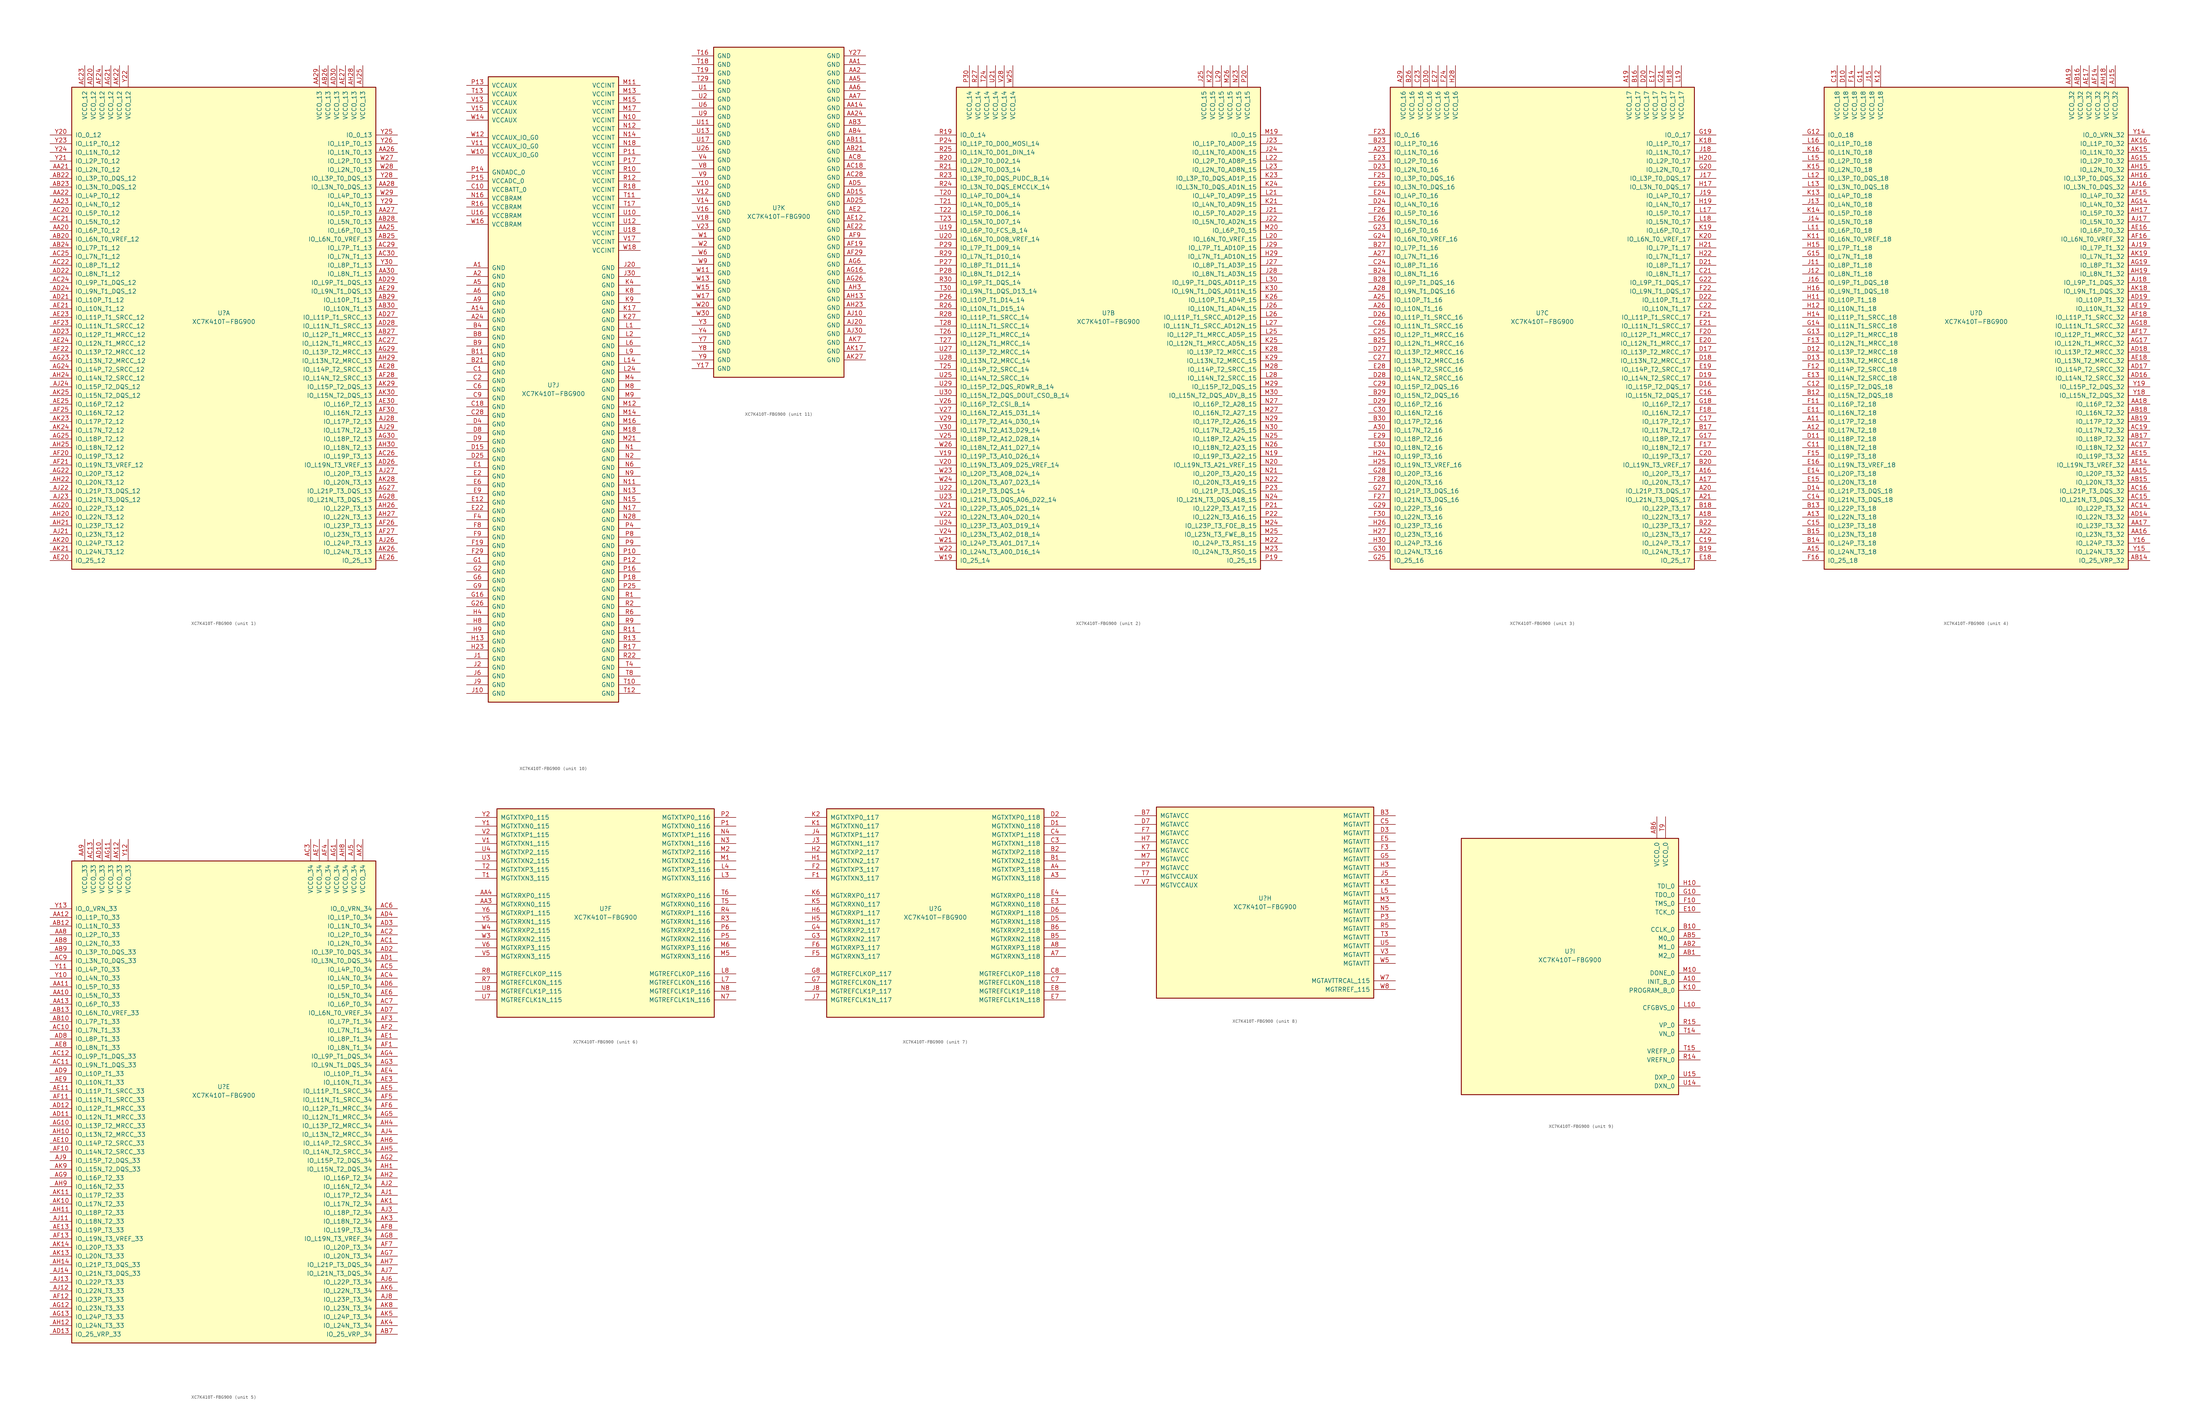
<source format=kicad_sym>
(kicad_symbol_lib
  (version 20220914)
  (generator kicad_symbol_editor)
  (symbol "XC7K410T-FBG900"
    (pin_names
      (offset 1.016))
    (property "Reference" "U"
      (at 0 1.27 0)
      (effects (font (size 1.27 1.27))))
    (property "Value" "XC7K410T-FBG900"
      (at 0 -1.27 0)
      (effects (font (size 1.27 1.27))))
    (property "Datasheet" ""
      (at 0 0 0)
      (effects (font (size 1.27 1.27))))
    (property "ki_locked" ""
      (at 0 0 0)
      (effects (font (size 1.27 1.27))))
    (symbol "XC7K410T-FBG900_1_1"
      (rectangle (start -44.45 67.31) (end 44.45 -73.66) (stroke (width 0.254) (type default)) (fill (type background)))
      (pin bidirectional line (at -50.8 25.4 0) (length 6.35) (name "IO_L6P_T0_12" (effects (font (size 1.27 1.27)))) (number "AA20" (effects (font (size 1.27 1.27)))))
      (pin bidirectional line (at -50.8 43.18 0) (length 6.35) (name "IO_L2N_T0_12" (effects (font (size 1.27 1.27)))) (number "AA21" (effects (font (size 1.27 1.27)))))
      (pin bidirectional line (at -50.8 35.56 0) (length 6.35) (name "IO_L4P_T0_12" (effects (font (size 1.27 1.27)))) (number "AA22" (effects (font (size 1.27 1.27)))))
      (pin bidirectional line (at -50.8 33.02 0) (length 6.35) (name "IO_L4N_T0_12" (effects (font (size 1.27 1.27)))) (number "AA23" (effects (font (size 1.27 1.27)))))
      (pin bidirectional line (at 50.8 25.4 180) (length 6.35) (name "IO_L6P_T0_13" (effects (font (size 1.27 1.27)))) (number "AA25" (effects (font (size 1.27 1.27)))))
      (pin bidirectional line (at 50.8 48.26 180) (length 6.35) (name "IO_L1N_T0_13" (effects (font (size 1.27 1.27)))) (number "AA26" (effects (font (size 1.27 1.27)))))
      (pin bidirectional line (at 50.8 30.48 180) (length 6.35) (name "IO_L5P_T0_13" (effects (font (size 1.27 1.27)))) (number "AA27" (effects (font (size 1.27 1.27)))))
      (pin bidirectional line (at 50.8 38.1 180) (length 6.35) (name "IO_L3N_T0_DQS_13" (effects (font (size 1.27 1.27)))) (number "AA28" (effects (font (size 1.27 1.27)))))
      (pin power_in line (at 27.94 73.66 270) (length 6.35) (name "VCCO_13" (effects (font (size 1.27 1.27)))) (number "AA29" (effects (font (size 1.27 1.27)))))
      (pin bidirectional line (at 50.8 12.7 180) (length 6.35) (name "IO_L8N_T1_13" (effects (font (size 1.27 1.27)))) (number "AA30" (effects (font (size 1.27 1.27)))))
      (pin bidirectional line (at -50.8 22.86 0) (length 6.35) (name "IO_L6N_T0_VREF_12" (effects (font (size 1.27 1.27)))) (number "AB20" (effects (font (size 1.27 1.27)))))
      (pin bidirectional line (at -50.8 40.64 0) (length 6.35) (name "IO_L3P_T0_DQS_12" (effects (font (size 1.27 1.27)))) (number "AB22" (effects (font (size 1.27 1.27)))))
      (pin bidirectional line (at -50.8 38.1 0) (length 6.35) (name "IO_L3N_T0_DQS_12" (effects (font (size 1.27 1.27)))) (number "AB23" (effects (font (size 1.27 1.27)))))
      (pin bidirectional line (at -50.8 20.32 0) (length 6.35) (name "IO_L7P_T1_12" (effects (font (size 1.27 1.27)))) (number "AB24" (effects (font (size 1.27 1.27)))))
      (pin bidirectional line (at 50.8 22.86 180) (length 6.35) (name "IO_L6N_T0_VREF_13" (effects (font (size 1.27 1.27)))) (number "AB25" (effects (font (size 1.27 1.27)))))
      (pin power_in line (at 30.48 73.66 270) (length 6.35) (name "VCCO_13" (effects (font (size 1.27 1.27)))) (number "AB26" (effects (font (size 1.27 1.27)))))
      (pin bidirectional line (at 50.8 -5.08 180) (length 6.35) (name "IO_L12P_T1_MRCC_13" (effects (font (size 1.27 1.27)))) (number "AB27" (effects (font (size 1.27 1.27)))))
      (pin bidirectional line (at 50.8 27.94 180) (length 6.35) (name "IO_L5N_T0_13" (effects (font (size 1.27 1.27)))) (number "AB28" (effects (font (size 1.27 1.27)))))
      (pin bidirectional line (at 50.8 5.08 180) (length 6.35) (name "IO_L10P_T1_13" (effects (font (size 1.27 1.27)))) (number "AB29" (effects (font (size 1.27 1.27)))))
      (pin bidirectional line (at 50.8 2.54 180) (length 6.35) (name "IO_L10N_T1_13" (effects (font (size 1.27 1.27)))) (number "AB30" (effects (font (size 1.27 1.27)))))
      (pin bidirectional line (at -50.8 30.48 0) (length 6.35) (name "IO_L5P_T0_12" (effects (font (size 1.27 1.27)))) (number "AC20" (effects (font (size 1.27 1.27)))))
      (pin bidirectional line (at -50.8 27.94 0) (length 6.35) (name "IO_L5N_T0_12" (effects (font (size 1.27 1.27)))) (number "AC21" (effects (font (size 1.27 1.27)))))
      (pin bidirectional line (at -50.8 15.24 0) (length 6.35) (name "IO_L8P_T1_12" (effects (font (size 1.27 1.27)))) (number "AC22" (effects (font (size 1.27 1.27)))))
      (pin power_in line (at -40.64 73.66 270) (length 6.35) (name "VCCO_12" (effects (font (size 1.27 1.27)))) (number "AC23" (effects (font (size 1.27 1.27)))))
      (pin bidirectional line (at -50.8 10.16 0) (length 6.35) (name "IO_L9P_T1_DQS_12" (effects (font (size 1.27 1.27)))) (number "AC24" (effects (font (size 1.27 1.27)))))
      (pin bidirectional line (at -50.8 17.78 0) (length 6.35) (name "IO_L7N_T1_12" (effects (font (size 1.27 1.27)))) (number "AC25" (effects (font (size 1.27 1.27)))))
      (pin bidirectional line (at 50.8 -40.64 180) (length 6.35) (name "IO_L19P_T3_13" (effects (font (size 1.27 1.27)))) (number "AC26" (effects (font (size 1.27 1.27)))))
      (pin bidirectional line (at 50.8 -7.62 180) (length 6.35) (name "IO_L12N_T1_MRCC_13" (effects (font (size 1.27 1.27)))) (number "AC27" (effects (font (size 1.27 1.27)))))
      (pin bidirectional line (at 50.8 20.32 180) (length 6.35) (name "IO_L7P_T1_13" (effects (font (size 1.27 1.27)))) (number "AC29" (effects (font (size 1.27 1.27)))))
      (pin bidirectional line (at 50.8 17.78 180) (length 6.35) (name "IO_L7N_T1_13" (effects (font (size 1.27 1.27)))) (number "AC30" (effects (font (size 1.27 1.27)))))
      (pin power_in line (at -38.1 73.66 270) (length 6.35) (name "VCCO_12" (effects (font (size 1.27 1.27)))) (number "AD20" (effects (font (size 1.27 1.27)))))
      (pin bidirectional line (at -50.8 5.08 0) (length 6.35) (name "IO_L10P_T1_12" (effects (font (size 1.27 1.27)))) (number "AD21" (effects (font (size 1.27 1.27)))))
      (pin bidirectional line (at -50.8 12.7 0) (length 6.35) (name "IO_L8N_T1_12" (effects (font (size 1.27 1.27)))) (number "AD22" (effects (font (size 1.27 1.27)))))
      (pin bidirectional line (at -50.8 -5.08 0) (length 6.35) (name "IO_L12P_T1_MRCC_12" (effects (font (size 1.27 1.27)))) (number "AD23" (effects (font (size 1.27 1.27)))))
      (pin bidirectional line (at -50.8 7.62 0) (length 6.35) (name "IO_L9N_T1_DQS_12" (effects (font (size 1.27 1.27)))) (number "AD24" (effects (font (size 1.27 1.27)))))
      (pin bidirectional line (at 50.8 -43.18 180) (length 6.35) (name "IO_L19N_T3_VREF_13" (effects (font (size 1.27 1.27)))) (number "AD26" (effects (font (size 1.27 1.27)))))
      (pin bidirectional line (at 50.8 0 180) (length 6.35) (name "IO_L11P_T1_SRCC_13" (effects (font (size 1.27 1.27)))) (number "AD27" (effects (font (size 1.27 1.27)))))
      (pin bidirectional line (at 50.8 -2.54 180) (length 6.35) (name "IO_L11N_T1_SRCC_13" (effects (font (size 1.27 1.27)))) (number "AD28" (effects (font (size 1.27 1.27)))))
      (pin bidirectional line (at 50.8 10.16 180) (length 6.35) (name "IO_L9P_T1_DQS_13" (effects (font (size 1.27 1.27)))) (number "AD29" (effects (font (size 1.27 1.27)))))
      (pin power_in line (at 33.02 73.66 270) (length 6.35) (name "VCCO_13" (effects (font (size 1.27 1.27)))) (number "AD30" (effects (font (size 1.27 1.27)))))
      (pin bidirectional line (at -50.8 -71.12 0) (length 6.35) (name "IO_25_12" (effects (font (size 1.27 1.27)))) (number "AE20" (effects (font (size 1.27 1.27)))))
      (pin bidirectional line (at -50.8 2.54 0) (length 6.35) (name "IO_L10N_T1_12" (effects (font (size 1.27 1.27)))) (number "AE21" (effects (font (size 1.27 1.27)))))
      (pin bidirectional line (at -50.8 0 0) (length 6.35) (name "IO_L11P_T1_SRCC_12" (effects (font (size 1.27 1.27)))) (number "AE23" (effects (font (size 1.27 1.27)))))
      (pin bidirectional line (at -50.8 -7.62 0) (length 6.35) (name "IO_L12N_T1_MRCC_12" (effects (font (size 1.27 1.27)))) (number "AE24" (effects (font (size 1.27 1.27)))))
      (pin bidirectional line (at -50.8 -25.4 0) (length 6.35) (name "IO_L16P_T2_12" (effects (font (size 1.27 1.27)))) (number "AE25" (effects (font (size 1.27 1.27)))))
      (pin bidirectional line (at 50.8 -71.12 180) (length 6.35) (name "IO_25_13" (effects (font (size 1.27 1.27)))) (number "AE26" (effects (font (size 1.27 1.27)))))
      (pin power_in line (at 35.56 73.66 270) (length 6.35) (name "VCCO_13" (effects (font (size 1.27 1.27)))) (number "AE27" (effects (font (size 1.27 1.27)))))
      (pin bidirectional line (at 50.8 -15.24 180) (length 6.35) (name "IO_L14P_T2_SRCC_13" (effects (font (size 1.27 1.27)))) (number "AE28" (effects (font (size 1.27 1.27)))))
      (pin bidirectional line (at 50.8 7.62 180) (length 6.35) (name "IO_L9N_T1_DQS_13" (effects (font (size 1.27 1.27)))) (number "AE29" (effects (font (size 1.27 1.27)))))
      (pin bidirectional line (at 50.8 -25.4 180) (length 6.35) (name "IO_L16P_T2_13" (effects (font (size 1.27 1.27)))) (number "AE30" (effects (font (size 1.27 1.27)))))
      (pin bidirectional line (at -50.8 -40.64 0) (length 6.35) (name "IO_L19P_T3_12" (effects (font (size 1.27 1.27)))) (number "AF20" (effects (font (size 1.27 1.27)))))
      (pin bidirectional line (at -50.8 -43.18 0) (length 6.35) (name "IO_L19N_T3_VREF_12" (effects (font (size 1.27 1.27)))) (number "AF21" (effects (font (size 1.27 1.27)))))
      (pin bidirectional line (at -50.8 -10.16 0) (length 6.35) (name "IO_L13P_T2_MRCC_12" (effects (font (size 1.27 1.27)))) (number "AF22" (effects (font (size 1.27 1.27)))))
      (pin bidirectional line (at -50.8 -2.54 0) (length 6.35) (name "IO_L11N_T1_SRCC_12" (effects (font (size 1.27 1.27)))) (number "AF23" (effects (font (size 1.27 1.27)))))
      (pin power_in line (at -35.56 73.66 270) (length 6.35) (name "VCCO_12" (effects (font (size 1.27 1.27)))) (number "AF24" (effects (font (size 1.27 1.27)))))
      (pin bidirectional line (at -50.8 -27.94 0) (length 6.35) (name "IO_L16N_T2_12" (effects (font (size 1.27 1.27)))) (number "AF25" (effects (font (size 1.27 1.27)))))
      (pin bidirectional line (at 50.8 -60.96 180) (length 6.35) (name "IO_L23P_T3_13" (effects (font (size 1.27 1.27)))) (number "AF26" (effects (font (size 1.27 1.27)))))
      (pin bidirectional line (at 50.8 -63.5 180) (length 6.35) (name "IO_L23N_T3_13" (effects (font (size 1.27 1.27)))) (number "AF27" (effects (font (size 1.27 1.27)))))
      (pin bidirectional line (at 50.8 -17.78 180) (length 6.35) (name "IO_L14N_T2_SRCC_13" (effects (font (size 1.27 1.27)))) (number "AF28" (effects (font (size 1.27 1.27)))))
      (pin bidirectional line (at 50.8 -27.94 180) (length 6.35) (name "IO_L16N_T2_13" (effects (font (size 1.27 1.27)))) (number "AF30" (effects (font (size 1.27 1.27)))))
      (pin bidirectional line (at -50.8 -55.88 0) (length 6.35) (name "IO_L22P_T3_12" (effects (font (size 1.27 1.27)))) (number "AG20" (effects (font (size 1.27 1.27)))))
      (pin power_in line (at -33.02 73.66 270) (length 6.35) (name "VCCO_12" (effects (font (size 1.27 1.27)))) (number "AG21" (effects (font (size 1.27 1.27)))))
      (pin bidirectional line (at -50.8 -45.72 0) (length 6.35) (name "IO_L20P_T3_12" (effects (font (size 1.27 1.27)))) (number "AG22" (effects (font (size 1.27 1.27)))))
      (pin bidirectional line (at -50.8 -12.7 0) (length 6.35) (name "IO_L13N_T2_MRCC_12" (effects (font (size 1.27 1.27)))) (number "AG23" (effects (font (size 1.27 1.27)))))
      (pin bidirectional line (at -50.8 -15.24 0) (length 6.35) (name "IO_L14P_T2_SRCC_12" (effects (font (size 1.27 1.27)))) (number "AG24" (effects (font (size 1.27 1.27)))))
      (pin bidirectional line (at -50.8 -35.56 0) (length 6.35) (name "IO_L18P_T2_12" (effects (font (size 1.27 1.27)))) (number "AG25" (effects (font (size 1.27 1.27)))))
      (pin bidirectional line (at 50.8 -50.8 180) (length 6.35) (name "IO_L21P_T3_DQS_13" (effects (font (size 1.27 1.27)))) (number "AG27" (effects (font (size 1.27 1.27)))))
      (pin bidirectional line (at 50.8 -53.34 180) (length 6.35) (name "IO_L21N_T3_DQS_13" (effects (font (size 1.27 1.27)))) (number "AG28" (effects (font (size 1.27 1.27)))))
      (pin bidirectional line (at 50.8 -10.16 180) (length 6.35) (name "IO_L13P_T2_MRCC_13" (effects (font (size 1.27 1.27)))) (number "AG29" (effects (font (size 1.27 1.27)))))
      (pin bidirectional line (at 50.8 -35.56 180) (length 6.35) (name "IO_L18P_T2_13" (effects (font (size 1.27 1.27)))) (number "AG30" (effects (font (size 1.27 1.27)))))
      (pin bidirectional line (at -50.8 -58.42 0) (length 6.35) (name "IO_L22N_T3_12" (effects (font (size 1.27 1.27)))) (number "AH20" (effects (font (size 1.27 1.27)))))
      (pin bidirectional line (at -50.8 -60.96 0) (length 6.35) (name "IO_L23P_T3_12" (effects (font (size 1.27 1.27)))) (number "AH21" (effects (font (size 1.27 1.27)))))
      (pin bidirectional line (at -50.8 -48.26 0) (length 6.35) (name "IO_L20N_T3_12" (effects (font (size 1.27 1.27)))) (number "AH22" (effects (font (size 1.27 1.27)))))
      (pin bidirectional line (at -50.8 -17.78 0) (length 6.35) (name "IO_L14N_T2_SRCC_12" (effects (font (size 1.27 1.27)))) (number "AH24" (effects (font (size 1.27 1.27)))))
      (pin bidirectional line (at -50.8 -38.1 0) (length 6.35) (name "IO_L18N_T2_12" (effects (font (size 1.27 1.27)))) (number "AH25" (effects (font (size 1.27 1.27)))))
      (pin bidirectional line (at 50.8 -55.88 180) (length 6.35) (name "IO_L22P_T3_13" (effects (font (size 1.27 1.27)))) (number "AH26" (effects (font (size 1.27 1.27)))))
      (pin bidirectional line (at 50.8 -58.42 180) (length 6.35) (name "IO_L22N_T3_13" (effects (font (size 1.27 1.27)))) (number "AH27" (effects (font (size 1.27 1.27)))))
      (pin power_in line (at 38.1 73.66 270) (length 6.35) (name "VCCO_13" (effects (font (size 1.27 1.27)))) (number "AH28" (effects (font (size 1.27 1.27)))))
      (pin bidirectional line (at 50.8 -12.7 180) (length 6.35) (name "IO_L13N_T2_MRCC_13" (effects (font (size 1.27 1.27)))) (number "AH29" (effects (font (size 1.27 1.27)))))
      (pin bidirectional line (at 50.8 -38.1 180) (length 6.35) (name "IO_L18N_T2_13" (effects (font (size 1.27 1.27)))) (number "AH30" (effects (font (size 1.27 1.27)))))
      (pin bidirectional line (at -50.8 -63.5 0) (length 6.35) (name "IO_L23N_T3_12" (effects (font (size 1.27 1.27)))) (number "AJ21" (effects (font (size 1.27 1.27)))))
      (pin bidirectional line (at -50.8 -50.8 0) (length 6.35) (name "IO_L21P_T3_DQS_12" (effects (font (size 1.27 1.27)))) (number "AJ22" (effects (font (size 1.27 1.27)))))
      (pin bidirectional line (at -50.8 -53.34 0) (length 6.35) (name "IO_L21N_T3_DQS_12" (effects (font (size 1.27 1.27)))) (number "AJ23" (effects (font (size 1.27 1.27)))))
      (pin bidirectional line (at -50.8 -20.32 0) (length 6.35) (name "IO_L15P_T2_DQS_12" (effects (font (size 1.27 1.27)))) (number "AJ24" (effects (font (size 1.27 1.27)))))
      (pin power_in line (at 40.64 73.66 270) (length 6.35) (name "VCCO_13" (effects (font (size 1.27 1.27)))) (number "AJ25" (effects (font (size 1.27 1.27)))))
      (pin bidirectional line (at 50.8 -66.04 180) (length 6.35) (name "IO_L24P_T3_13" (effects (font (size 1.27 1.27)))) (number "AJ26" (effects (font (size 1.27 1.27)))))
      (pin bidirectional line (at 50.8 -45.72 180) (length 6.35) (name "IO_L20P_T3_13" (effects (font (size 1.27 1.27)))) (number "AJ27" (effects (font (size 1.27 1.27)))))
      (pin bidirectional line (at 50.8 -30.48 180) (length 6.35) (name "IO_L17P_T2_13" (effects (font (size 1.27 1.27)))) (number "AJ28" (effects (font (size 1.27 1.27)))))
      (pin bidirectional line (at 50.8 -33.02 180) (length 6.35) (name "IO_L17N_T2_13" (effects (font (size 1.27 1.27)))) (number "AJ29" (effects (font (size 1.27 1.27)))))
      (pin bidirectional line (at -50.8 -66.04 0) (length 6.35) (name "IO_L24P_T3_12" (effects (font (size 1.27 1.27)))) (number "AK20" (effects (font (size 1.27 1.27)))))
      (pin bidirectional line (at -50.8 -68.58 0) (length 6.35) (name "IO_L24N_T3_12" (effects (font (size 1.27 1.27)))) (number "AK21" (effects (font (size 1.27 1.27)))))
      (pin power_in line (at -30.48 73.66 270) (length 6.35) (name "VCCO_12" (effects (font (size 1.27 1.27)))) (number "AK22" (effects (font (size 1.27 1.27)))))
      (pin bidirectional line (at -50.8 -30.48 0) (length 6.35) (name "IO_L17P_T2_12" (effects (font (size 1.27 1.27)))) (number "AK23" (effects (font (size 1.27 1.27)))))
      (pin bidirectional line (at -50.8 -33.02 0) (length 6.35) (name "IO_L17N_T2_12" (effects (font (size 1.27 1.27)))) (number "AK24" (effects (font (size 1.27 1.27)))))
      (pin bidirectional line (at -50.8 -22.86 0) (length 6.35) (name "IO_L15N_T2_DQS_12" (effects (font (size 1.27 1.27)))) (number "AK25" (effects (font (size 1.27 1.27)))))
      (pin bidirectional line (at 50.8 -68.58 180) (length 6.35) (name "IO_L24N_T3_13" (effects (font (size 1.27 1.27)))) (number "AK26" (effects (font (size 1.27 1.27)))))
      (pin bidirectional line (at 50.8 -48.26 180) (length 6.35) (name "IO_L20N_T3_13" (effects (font (size 1.27 1.27)))) (number "AK28" (effects (font (size 1.27 1.27)))))
      (pin bidirectional line (at 50.8 -20.32 180) (length 6.35) (name "IO_L15P_T2_DQS_13" (effects (font (size 1.27 1.27)))) (number "AK29" (effects (font (size 1.27 1.27)))))
      (pin bidirectional line (at 50.8 -22.86 180) (length 6.35) (name "IO_L15N_T2_DQS_13" (effects (font (size 1.27 1.27)))) (number "AK30" (effects (font (size 1.27 1.27)))))
      (pin bidirectional line (at 50.8 45.72 180) (length 6.35) (name "IO_L2P_T0_13" (effects (font (size 1.27 1.27)))) (number "W27" (effects (font (size 1.27 1.27)))))
      (pin bidirectional line (at 50.8 43.18 180) (length 6.35) (name "IO_L2N_T0_13" (effects (font (size 1.27 1.27)))) (number "W28" (effects (font (size 1.27 1.27)))))
      (pin bidirectional line (at 50.8 35.56 180) (length 6.35) (name "IO_L4P_T0_13" (effects (font (size 1.27 1.27)))) (number "W29" (effects (font (size 1.27 1.27)))))
      (pin bidirectional line (at -50.8 53.34 0) (length 6.35) (name "IO_0_12" (effects (font (size 1.27 1.27)))) (number "Y20" (effects (font (size 1.27 1.27)))))
      (pin bidirectional line (at -50.8 45.72 0) (length 6.35) (name "IO_L2P_T0_12" (effects (font (size 1.27 1.27)))) (number "Y21" (effects (font (size 1.27 1.27)))))
      (pin power_in line (at -27.94 73.66 270) (length 6.35) (name "VCCO_12" (effects (font (size 1.27 1.27)))) (number "Y22" (effects (font (size 1.27 1.27)))))
      (pin bidirectional line (at -50.8 50.8 0) (length 6.35) (name "IO_L1P_T0_12" (effects (font (size 1.27 1.27)))) (number "Y23" (effects (font (size 1.27 1.27)))))
      (pin bidirectional line (at -50.8 48.26 0) (length 6.35) (name "IO_L1N_T0_12" (effects (font (size 1.27 1.27)))) (number "Y24" (effects (font (size 1.27 1.27)))))
      (pin bidirectional line (at 50.8 53.34 180) (length 6.35) (name "IO_0_13" (effects (font (size 1.27 1.27)))) (number "Y25" (effects (font (size 1.27 1.27)))))
      (pin bidirectional line (at 50.8 50.8 180) (length 6.35) (name "IO_L1P_T0_13" (effects (font (size 1.27 1.27)))) (number "Y26" (effects (font (size 1.27 1.27)))))
      (pin bidirectional line (at 50.8 40.64 180) (length 6.35) (name "IO_L3P_T0_DQS_13" (effects (font (size 1.27 1.27)))) (number "Y28" (effects (font (size 1.27 1.27)))))
      (pin bidirectional line (at 50.8 33.02 180) (length 6.35) (name "IO_L4N_T0_13" (effects (font (size 1.27 1.27)))) (number "Y29" (effects (font (size 1.27 1.27)))))
      (pin bidirectional line (at 50.8 15.24 180) (length 6.35) (name "IO_L8P_T1_13" (effects (font (size 1.27 1.27)))) (number "Y30" (effects (font (size 1.27 1.27))))))
    (symbol "XC7K410T-FBG900_2_1"
      (rectangle (start -44.45 67.31) (end 44.45 -73.66) (stroke (width 0.254) (type default)) (fill (type background)))
      (pin bidirectional line (at 50.8 17.78 180) (length 6.35) (name "IO_L7N_T1_AD10N_15" (effects (font (size 1.27 1.27)))) (number "H29" (effects (font (size 1.27 1.27)))))
      (pin bidirectional line (at 50.8 30.48 180) (length 6.35) (name "IO_L5P_T0_AD2P_15" (effects (font (size 1.27 1.27)))) (number "J21" (effects (font (size 1.27 1.27)))))
      (pin bidirectional line (at 50.8 27.94 180) (length 6.35) (name "IO_L5N_T0_AD2N_15" (effects (font (size 1.27 1.27)))) (number "J22" (effects (font (size 1.27 1.27)))))
      (pin bidirectional line (at 50.8 50.8 180) (length 6.35) (name "IO_L1P_T0_AD0P_15" (effects (font (size 1.27 1.27)))) (number "J23" (effects (font (size 1.27 1.27)))))
      (pin bidirectional line (at 50.8 48.26 180) (length 6.35) (name "IO_L1N_T0_AD0N_15" (effects (font (size 1.27 1.27)))) (number "J24" (effects (font (size 1.27 1.27)))))
      (pin power_in line (at 27.94 73.66 270) (length 6.35) (name "VCCO_15" (effects (font (size 1.27 1.27)))) (number "J25" (effects (font (size 1.27 1.27)))))
      (pin bidirectional line (at 50.8 2.54 180) (length 6.35) (name "IO_L10N_T1_AD4N_15" (effects (font (size 1.27 1.27)))) (number "J26" (effects (font (size 1.27 1.27)))))
      (pin bidirectional line (at 50.8 15.24 180) (length 6.35) (name "IO_L8P_T1_AD3P_15" (effects (font (size 1.27 1.27)))) (number "J27" (effects (font (size 1.27 1.27)))))
      (pin bidirectional line (at 50.8 12.7 180) (length 6.35) (name "IO_L8N_T1_AD3N_15" (effects (font (size 1.27 1.27)))) (number "J28" (effects (font (size 1.27 1.27)))))
      (pin bidirectional line (at 50.8 20.32 180) (length 6.35) (name "IO_L7P_T1_AD10P_15" (effects (font (size 1.27 1.27)))) (number "J29" (effects (font (size 1.27 1.27)))))
      (pin bidirectional line (at 50.8 33.02 180) (length 6.35) (name "IO_L4N_T0_AD9N_15" (effects (font (size 1.27 1.27)))) (number "K21" (effects (font (size 1.27 1.27)))))
      (pin power_in line (at 30.48 73.66 270) (length 6.35) (name "VCCO_15" (effects (font (size 1.27 1.27)))) (number "K22" (effects (font (size 1.27 1.27)))))
      (pin bidirectional line (at 50.8 40.64 180) (length 6.35) (name "IO_L3P_T0_DQS_AD1P_15" (effects (font (size 1.27 1.27)))) (number "K23" (effects (font (size 1.27 1.27)))))
      (pin bidirectional line (at 50.8 38.1 180) (length 6.35) (name "IO_L3N_T0_DQS_AD1N_15" (effects (font (size 1.27 1.27)))) (number "K24" (effects (font (size 1.27 1.27)))))
      (pin bidirectional line (at 50.8 -7.62 180) (length 6.35) (name "IO_L12N_T1_MRCC_AD5N_15" (effects (font (size 1.27 1.27)))) (number "K25" (effects (font (size 1.27 1.27)))))
      (pin bidirectional line (at 50.8 5.08 180) (length 6.35) (name "IO_L10P_T1_AD4P_15" (effects (font (size 1.27 1.27)))) (number "K26" (effects (font (size 1.27 1.27)))))
      (pin bidirectional line (at 50.8 -10.16 180) (length 6.35) (name "IO_L13P_T2_MRCC_15" (effects (font (size 1.27 1.27)))) (number "K28" (effects (font (size 1.27 1.27)))))
      (pin bidirectional line (at 50.8 -12.7 180) (length 6.35) (name "IO_L13N_T2_MRCC_15" (effects (font (size 1.27 1.27)))) (number "K29" (effects (font (size 1.27 1.27)))))
      (pin bidirectional line (at 50.8 7.62 180) (length 6.35) (name "IO_L9N_T1_DQS_AD11N_15" (effects (font (size 1.27 1.27)))) (number "K30" (effects (font (size 1.27 1.27)))))
      (pin bidirectional line (at 50.8 22.86 180) (length 6.35) (name "IO_L6N_T0_VREF_15" (effects (font (size 1.27 1.27)))) (number "L20" (effects (font (size 1.27 1.27)))))
      (pin bidirectional line (at 50.8 35.56 180) (length 6.35) (name "IO_L4P_T0_AD9P_15" (effects (font (size 1.27 1.27)))) (number "L21" (effects (font (size 1.27 1.27)))))
      (pin bidirectional line (at 50.8 45.72 180) (length 6.35) (name "IO_L2P_T0_AD8P_15" (effects (font (size 1.27 1.27)))) (number "L22" (effects (font (size 1.27 1.27)))))
      (pin bidirectional line (at 50.8 43.18 180) (length 6.35) (name "IO_L2N_T0_AD8N_15" (effects (font (size 1.27 1.27)))) (number "L23" (effects (font (size 1.27 1.27)))))
      (pin bidirectional line (at 50.8 -5.08 180) (length 6.35) (name "IO_L12P_T1_MRCC_AD5P_15" (effects (font (size 1.27 1.27)))) (number "L25" (effects (font (size 1.27 1.27)))))
      (pin bidirectional line (at 50.8 0 180) (length 6.35) (name "IO_L11P_T1_SRCC_AD12P_15" (effects (font (size 1.27 1.27)))) (number "L26" (effects (font (size 1.27 1.27)))))
      (pin bidirectional line (at 50.8 -2.54 180) (length 6.35) (name "IO_L11N_T1_SRCC_AD12N_15" (effects (font (size 1.27 1.27)))) (number "L27" (effects (font (size 1.27 1.27)))))
      (pin bidirectional line (at 50.8 -17.78 180) (length 6.35) (name "IO_L14N_T2_SRCC_15" (effects (font (size 1.27 1.27)))) (number "L28" (effects (font (size 1.27 1.27)))))
      (pin power_in line (at 33.02 73.66 270) (length 6.35) (name "VCCO_15" (effects (font (size 1.27 1.27)))) (number "L29" (effects (font (size 1.27 1.27)))))
      (pin bidirectional line (at 50.8 10.16 180) (length 6.35) (name "IO_L9P_T1_DQS_AD11P_15" (effects (font (size 1.27 1.27)))) (number "L30" (effects (font (size 1.27 1.27)))))
      (pin bidirectional line (at 50.8 53.34 180) (length 6.35) (name "IO_0_15" (effects (font (size 1.27 1.27)))) (number "M19" (effects (font (size 1.27 1.27)))))
      (pin bidirectional line (at 50.8 25.4 180) (length 6.35) (name "IO_L6P_T0_15" (effects (font (size 1.27 1.27)))) (number "M20" (effects (font (size 1.27 1.27)))))
      (pin bidirectional line (at 50.8 -66.04 180) (length 6.35) (name "IO_L24P_T3_RS1_15" (effects (font (size 1.27 1.27)))) (number "M22" (effects (font (size 1.27 1.27)))))
      (pin bidirectional line (at 50.8 -68.58 180) (length 6.35) (name "IO_L24N_T3_RS0_15" (effects (font (size 1.27 1.27)))) (number "M23" (effects (font (size 1.27 1.27)))))
      (pin bidirectional line (at 50.8 -60.96 180) (length 6.35) (name "IO_L23P_T3_FOE_B_15" (effects (font (size 1.27 1.27)))) (number "M24" (effects (font (size 1.27 1.27)))))
      (pin bidirectional line (at 50.8 -63.5 180) (length 6.35) (name "IO_L23N_T3_FWE_B_15" (effects (font (size 1.27 1.27)))) (number "M25" (effects (font (size 1.27 1.27)))))
      (pin power_in line (at 35.56 73.66 270) (length 6.35) (name "VCCO_15" (effects (font (size 1.27 1.27)))) (number "M26" (effects (font (size 1.27 1.27)))))
      (pin bidirectional line (at 50.8 -27.94 180) (length 6.35) (name "IO_L16N_T2_A27_15" (effects (font (size 1.27 1.27)))) (number "M27" (effects (font (size 1.27 1.27)))))
      (pin bidirectional line (at 50.8 -15.24 180) (length 6.35) (name "IO_L14P_T2_SRCC_15" (effects (font (size 1.27 1.27)))) (number "M28" (effects (font (size 1.27 1.27)))))
      (pin bidirectional line (at 50.8 -20.32 180) (length 6.35) (name "IO_L15P_T2_DQS_15" (effects (font (size 1.27 1.27)))) (number "M29" (effects (font (size 1.27 1.27)))))
      (pin bidirectional line (at 50.8 -22.86 180) (length 6.35) (name "IO_L15N_T2_DQS_ADV_B_15" (effects (font (size 1.27 1.27)))) (number "M30" (effects (font (size 1.27 1.27)))))
      (pin bidirectional line (at 50.8 -40.64 180) (length 6.35) (name "IO_L19P_T3_A22_15" (effects (font (size 1.27 1.27)))) (number "N19" (effects (font (size 1.27 1.27)))))
      (pin bidirectional line (at 50.8 -43.18 180) (length 6.35) (name "IO_L19N_T3_A21_VREF_15" (effects (font (size 1.27 1.27)))) (number "N20" (effects (font (size 1.27 1.27)))))
      (pin bidirectional line (at 50.8 -45.72 180) (length 6.35) (name "IO_L20P_T3_A20_15" (effects (font (size 1.27 1.27)))) (number "N21" (effects (font (size 1.27 1.27)))))
      (pin bidirectional line (at 50.8 -48.26 180) (length 6.35) (name "IO_L20N_T3_A19_15" (effects (font (size 1.27 1.27)))) (number "N22" (effects (font (size 1.27 1.27)))))
      (pin power_in line (at 38.1 73.66 270) (length 6.35) (name "VCCO_15" (effects (font (size 1.27 1.27)))) (number "N23" (effects (font (size 1.27 1.27)))))
      (pin bidirectional line (at 50.8 -53.34 180) (length 6.35) (name "IO_L21N_T3_DQS_A18_15" (effects (font (size 1.27 1.27)))) (number "N24" (effects (font (size 1.27 1.27)))))
      (pin bidirectional line (at 50.8 -35.56 180) (length 6.35) (name "IO_L18P_T2_A24_15" (effects (font (size 1.27 1.27)))) (number "N25" (effects (font (size 1.27 1.27)))))
      (pin bidirectional line (at 50.8 -38.1 180) (length 6.35) (name "IO_L18N_T2_A23_15" (effects (font (size 1.27 1.27)))) (number "N26" (effects (font (size 1.27 1.27)))))
      (pin bidirectional line (at 50.8 -25.4 180) (length 6.35) (name "IO_L16P_T2_A28_15" (effects (font (size 1.27 1.27)))) (number "N27" (effects (font (size 1.27 1.27)))))
      (pin bidirectional line (at 50.8 -30.48 180) (length 6.35) (name "IO_L17P_T2_A26_15" (effects (font (size 1.27 1.27)))) (number "N29" (effects (font (size 1.27 1.27)))))
      (pin bidirectional line (at 50.8 -33.02 180) (length 6.35) (name "IO_L17N_T2_A25_15" (effects (font (size 1.27 1.27)))) (number "N30" (effects (font (size 1.27 1.27)))))
      (pin bidirectional line (at 50.8 -71.12 180) (length 6.35) (name "IO_25_15" (effects (font (size 1.27 1.27)))) (number "P19" (effects (font (size 1.27 1.27)))))
      (pin power_in line (at 40.64 73.66 270) (length 6.35) (name "VCCO_15" (effects (font (size 1.27 1.27)))) (number "P20" (effects (font (size 1.27 1.27)))))
      (pin bidirectional line (at 50.8 -55.88 180) (length 6.35) (name "IO_L22P_T3_A17_15" (effects (font (size 1.27 1.27)))) (number "P21" (effects (font (size 1.27 1.27)))))
      (pin bidirectional line (at 50.8 -58.42 180) (length 6.35) (name "IO_L22N_T3_A16_15" (effects (font (size 1.27 1.27)))) (number "P22" (effects (font (size 1.27 1.27)))))
      (pin bidirectional line (at 50.8 -50.8 180) (length 6.35) (name "IO_L21P_T3_DQS_15" (effects (font (size 1.27 1.27)))) (number "P23" (effects (font (size 1.27 1.27)))))
      (pin bidirectional line (at -50.8 50.8 0) (length 6.35) (name "IO_L1P_T0_D00_MOSI_14" (effects (font (size 1.27 1.27)))) (number "P24" (effects (font (size 1.27 1.27)))))
      (pin bidirectional line (at -50.8 5.08 0) (length 6.35) (name "IO_L10P_T1_D14_14" (effects (font (size 1.27 1.27)))) (number "P26" (effects (font (size 1.27 1.27)))))
      (pin bidirectional line (at -50.8 15.24 0) (length 6.35) (name "IO_L8P_T1_D11_14" (effects (font (size 1.27 1.27)))) (number "P27" (effects (font (size 1.27 1.27)))))
      (pin bidirectional line (at -50.8 12.7 0) (length 6.35) (name "IO_L8N_T1_D12_14" (effects (font (size 1.27 1.27)))) (number "P28" (effects (font (size 1.27 1.27)))))
      (pin bidirectional line (at -50.8 20.32 0) (length 6.35) (name "IO_L7P_T1_D09_14" (effects (font (size 1.27 1.27)))) (number "P29" (effects (font (size 1.27 1.27)))))
      (pin power_in line (at -40.64 73.66 270) (length 6.35) (name "VCCO_14" (effects (font (size 1.27 1.27)))) (number "P30" (effects (font (size 1.27 1.27)))))
      (pin bidirectional line (at -50.8 53.34 0) (length 6.35) (name "IO_0_14" (effects (font (size 1.27 1.27)))) (number "R19" (effects (font (size 1.27 1.27)))))
      (pin bidirectional line (at -50.8 45.72 0) (length 6.35) (name "IO_L2P_T0_D02_14" (effects (font (size 1.27 1.27)))) (number "R20" (effects (font (size 1.27 1.27)))))
      (pin bidirectional line (at -50.8 43.18 0) (length 6.35) (name "IO_L2N_T0_D03_14" (effects (font (size 1.27 1.27)))) (number "R21" (effects (font (size 1.27 1.27)))))
      (pin bidirectional line (at -50.8 40.64 0) (length 6.35) (name "IO_L3P_T0_DQS_PUDC_B_14" (effects (font (size 1.27 1.27)))) (number "R23" (effects (font (size 1.27 1.27)))))
      (pin bidirectional line (at -50.8 38.1 0) (length 6.35) (name "IO_L3N_T0_DQS_EMCCLK_14" (effects (font (size 1.27 1.27)))) (number "R24" (effects (font (size 1.27 1.27)))))
      (pin bidirectional line (at -50.8 48.26 0) (length 6.35) (name "IO_L1N_T0_D01_DIN_14" (effects (font (size 1.27 1.27)))) (number "R25" (effects (font (size 1.27 1.27)))))
      (pin bidirectional line (at -50.8 2.54 0) (length 6.35) (name "IO_L10N_T1_D15_14" (effects (font (size 1.27 1.27)))) (number "R26" (effects (font (size 1.27 1.27)))))
      (pin power_in line (at -38.1 73.66 270) (length 6.35) (name "VCCO_14" (effects (font (size 1.27 1.27)))) (number "R27" (effects (font (size 1.27 1.27)))))
      (pin bidirectional line (at -50.8 0 0) (length 6.35) (name "IO_L11P_T1_SRCC_14" (effects (font (size 1.27 1.27)))) (number "R28" (effects (font (size 1.27 1.27)))))
      (pin bidirectional line (at -50.8 17.78 0) (length 6.35) (name "IO_L7N_T1_D10_14" (effects (font (size 1.27 1.27)))) (number "R29" (effects (font (size 1.27 1.27)))))
      (pin bidirectional line (at -50.8 10.16 0) (length 6.35) (name "IO_L9P_T1_DQS_14" (effects (font (size 1.27 1.27)))) (number "R30" (effects (font (size 1.27 1.27)))))
      (pin bidirectional line (at -50.8 35.56 0) (length 6.35) (name "IO_L4P_T0_D04_14" (effects (font (size 1.27 1.27)))) (number "T20" (effects (font (size 1.27 1.27)))))
      (pin bidirectional line (at -50.8 33.02 0) (length 6.35) (name "IO_L4N_T0_D05_14" (effects (font (size 1.27 1.27)))) (number "T21" (effects (font (size 1.27 1.27)))))
      (pin bidirectional line (at -50.8 30.48 0) (length 6.35) (name "IO_L5P_T0_D06_14" (effects (font (size 1.27 1.27)))) (number "T22" (effects (font (size 1.27 1.27)))))
      (pin bidirectional line (at -50.8 27.94 0) (length 6.35) (name "IO_L5N_T0_D07_14" (effects (font (size 1.27 1.27)))) (number "T23" (effects (font (size 1.27 1.27)))))
      (pin power_in line (at -35.56 73.66 270) (length 6.35) (name "VCCO_14" (effects (font (size 1.27 1.27)))) (number "T24" (effects (font (size 1.27 1.27)))))
      (pin bidirectional line (at -50.8 -15.24 0) (length 6.35) (name "IO_L14P_T2_SRCC_14" (effects (font (size 1.27 1.27)))) (number "T25" (effects (font (size 1.27 1.27)))))
      (pin bidirectional line (at -50.8 -5.08 0) (length 6.35) (name "IO_L12P_T1_MRCC_14" (effects (font (size 1.27 1.27)))) (number "T26" (effects (font (size 1.27 1.27)))))
      (pin bidirectional line (at -50.8 -7.62 0) (length 6.35) (name "IO_L12N_T1_MRCC_14" (effects (font (size 1.27 1.27)))) (number "T27" (effects (font (size 1.27 1.27)))))
      (pin bidirectional line (at -50.8 -2.54 0) (length 6.35) (name "IO_L11N_T1_SRCC_14" (effects (font (size 1.27 1.27)))) (number "T28" (effects (font (size 1.27 1.27)))))
      (pin bidirectional line (at -50.8 7.62 0) (length 6.35) (name "IO_L9N_T1_DQS_D13_14" (effects (font (size 1.27 1.27)))) (number "T30" (effects (font (size 1.27 1.27)))))
      (pin bidirectional line (at -50.8 25.4 0) (length 6.35) (name "IO_L6P_T0_FCS_B_14" (effects (font (size 1.27 1.27)))) (number "U19" (effects (font (size 1.27 1.27)))))
      (pin bidirectional line (at -50.8 22.86 0) (length 6.35) (name "IO_L6N_T0_D08_VREF_14" (effects (font (size 1.27 1.27)))) (number "U20" (effects (font (size 1.27 1.27)))))
      (pin power_in line (at -33.02 73.66 270) (length 6.35) (name "VCCO_14" (effects (font (size 1.27 1.27)))) (number "U21" (effects (font (size 1.27 1.27)))))
      (pin bidirectional line (at -50.8 -50.8 0) (length 6.35) (name "IO_L21P_T3_DQS_14" (effects (font (size 1.27 1.27)))) (number "U22" (effects (font (size 1.27 1.27)))))
      (pin bidirectional line (at -50.8 -53.34 0) (length 6.35) (name "IO_L21N_T3_DQS_A06_D22_14" (effects (font (size 1.27 1.27)))) (number "U23" (effects (font (size 1.27 1.27)))))
      (pin bidirectional line (at -50.8 -60.96 0) (length 6.35) (name "IO_L23P_T3_A03_D19_14" (effects (font (size 1.27 1.27)))) (number "U24" (effects (font (size 1.27 1.27)))))
      (pin bidirectional line (at -50.8 -17.78 0) (length 6.35) (name "IO_L14N_T2_SRCC_14" (effects (font (size 1.27 1.27)))) (number "U25" (effects (font (size 1.27 1.27)))))
      (pin bidirectional line (at -50.8 -10.16 0) (length 6.35) (name "IO_L13P_T2_MRCC_14" (effects (font (size 1.27 1.27)))) (number "U27" (effects (font (size 1.27 1.27)))))
      (pin bidirectional line (at -50.8 -12.7 0) (length 6.35) (name "IO_L13N_T2_MRCC_14" (effects (font (size 1.27 1.27)))) (number "U28" (effects (font (size 1.27 1.27)))))
      (pin bidirectional line (at -50.8 -20.32 0) (length 6.35) (name "IO_L15P_T2_DQS_RDWR_B_14" (effects (font (size 1.27 1.27)))) (number "U29" (effects (font (size 1.27 1.27)))))
      (pin bidirectional line (at -50.8 -22.86 0) (length 6.35) (name "IO_L15N_T2_DQS_DOUT_CSO_B_14" (effects (font (size 1.27 1.27)))) (number "U30" (effects (font (size 1.27 1.27)))))
      (pin bidirectional line (at -50.8 -40.64 0) (length 6.35) (name "IO_L19P_T3_A10_D26_14" (effects (font (size 1.27 1.27)))) (number "V19" (effects (font (size 1.27 1.27)))))
      (pin bidirectional line (at -50.8 -43.18 0) (length 6.35) (name "IO_L19N_T3_A09_D25_VREF_14" (effects (font (size 1.27 1.27)))) (number "V20" (effects (font (size 1.27 1.27)))))
      (pin bidirectional line (at -50.8 -55.88 0) (length 6.35) (name "IO_L22P_T3_A05_D21_14" (effects (font (size 1.27 1.27)))) (number "V21" (effects (font (size 1.27 1.27)))))
      (pin bidirectional line (at -50.8 -58.42 0) (length 6.35) (name "IO_L22N_T3_A04_D20_14" (effects (font (size 1.27 1.27)))) (number "V22" (effects (font (size 1.27 1.27)))))
      (pin bidirectional line (at -50.8 -63.5 0) (length 6.35) (name "IO_L23N_T3_A02_D18_14" (effects (font (size 1.27 1.27)))) (number "V24" (effects (font (size 1.27 1.27)))))
      (pin bidirectional line (at -50.8 -35.56 0) (length 6.35) (name "IO_L18P_T2_A12_D28_14" (effects (font (size 1.27 1.27)))) (number "V25" (effects (font (size 1.27 1.27)))))
      (pin bidirectional line (at -50.8 -25.4 0) (length 6.35) (name "IO_L16P_T2_CSI_B_14" (effects (font (size 1.27 1.27)))) (number "V26" (effects (font (size 1.27 1.27)))))
      (pin bidirectional line (at -50.8 -27.94 0) (length 6.35) (name "IO_L16N_T2_A15_D31_14" (effects (font (size 1.27 1.27)))) (number "V27" (effects (font (size 1.27 1.27)))))
      (pin power_in line (at -30.48 73.66 270) (length 6.35) (name "VCCO_14" (effects (font (size 1.27 1.27)))) (number "V28" (effects (font (size 1.27 1.27)))))
      (pin bidirectional line (at -50.8 -30.48 0) (length 6.35) (name "IO_L17P_T2_A14_D30_14" (effects (font (size 1.27 1.27)))) (number "V29" (effects (font (size 1.27 1.27)))))
      (pin bidirectional line (at -50.8 -33.02 0) (length 6.35) (name "IO_L17N_T2_A13_D29_14" (effects (font (size 1.27 1.27)))) (number "V30" (effects (font (size 1.27 1.27)))))
      (pin bidirectional line (at -50.8 -71.12 0) (length 6.35) (name "IO_25_14" (effects (font (size 1.27 1.27)))) (number "W19" (effects (font (size 1.27 1.27)))))
      (pin bidirectional line (at -50.8 -66.04 0) (length 6.35) (name "IO_L24P_T3_A01_D17_14" (effects (font (size 1.27 1.27)))) (number "W21" (effects (font (size 1.27 1.27)))))
      (pin bidirectional line (at -50.8 -68.58 0) (length 6.35) (name "IO_L24N_T3_A00_D16_14" (effects (font (size 1.27 1.27)))) (number "W22" (effects (font (size 1.27 1.27)))))
      (pin bidirectional line (at -50.8 -45.72 0) (length 6.35) (name "IO_L20P_T3_A08_D24_14" (effects (font (size 1.27 1.27)))) (number "W23" (effects (font (size 1.27 1.27)))))
      (pin bidirectional line (at -50.8 -48.26 0) (length 6.35) (name "IO_L20N_T3_A07_D23_14" (effects (font (size 1.27 1.27)))) (number "W24" (effects (font (size 1.27 1.27)))))
      (pin power_in line (at -27.94 73.66 270) (length 6.35) (name "VCCO_14" (effects (font (size 1.27 1.27)))) (number "W25" (effects (font (size 1.27 1.27)))))
      (pin bidirectional line (at -50.8 -38.1 0) (length 6.35) (name "IO_L18N_T2_A11_D27_14" (effects (font (size 1.27 1.27)))) (number "W26" (effects (font (size 1.27 1.27))))))
    (symbol "XC7K410T-FBG900_3_1"
      (rectangle (start -44.45 67.31) (end 44.45 -73.66) (stroke (width 0.254) (type default)) (fill (type background)))
      (pin bidirectional line (at 50.8 -45.72 180) (length 6.35) (name "IO_L20P_T3_17" (effects (font (size 1.27 1.27)))) (number "A16" (effects (font (size 1.27 1.27)))))
      (pin bidirectional line (at 50.8 -48.26 180) (length 6.35) (name "IO_L20N_T3_17" (effects (font (size 1.27 1.27)))) (number "A17" (effects (font (size 1.27 1.27)))))
      (pin bidirectional line (at 50.8 -58.42 180) (length 6.35) (name "IO_L22N_T3_17" (effects (font (size 1.27 1.27)))) (number "A18" (effects (font (size 1.27 1.27)))))
      (pin power_in line (at 25.4 73.66 270) (length 6.35) (name "VCCO_17" (effects (font (size 1.27 1.27)))) (number "A19" (effects (font (size 1.27 1.27)))))
      (pin bidirectional line (at 50.8 -50.8 180) (length 6.35) (name "IO_L21P_T3_DQS_17" (effects (font (size 1.27 1.27)))) (number "A20" (effects (font (size 1.27 1.27)))))
      (pin bidirectional line (at 50.8 -53.34 180) (length 6.35) (name "IO_L21N_T3_DQS_17" (effects (font (size 1.27 1.27)))) (number "A21" (effects (font (size 1.27 1.27)))))
      (pin bidirectional line (at 50.8 -63.5 180) (length 6.35) (name "IO_L23N_T3_17" (effects (font (size 1.27 1.27)))) (number "A22" (effects (font (size 1.27 1.27)))))
      (pin bidirectional line (at -50.8 48.26 0) (length 6.35) (name "IO_L1N_T0_16" (effects (font (size 1.27 1.27)))) (number "A23" (effects (font (size 1.27 1.27)))))
      (pin bidirectional line (at -50.8 5.08 0) (length 6.35) (name "IO_L10P_T1_16" (effects (font (size 1.27 1.27)))) (number "A25" (effects (font (size 1.27 1.27)))))
      (pin bidirectional line (at -50.8 2.54 0) (length 6.35) (name "IO_L10N_T1_16" (effects (font (size 1.27 1.27)))) (number "A26" (effects (font (size 1.27 1.27)))))
      (pin bidirectional line (at -50.8 17.78 0) (length 6.35) (name "IO_L7N_T1_16" (effects (font (size 1.27 1.27)))) (number "A27" (effects (font (size 1.27 1.27)))))
      (pin bidirectional line (at -50.8 7.62 0) (length 6.35) (name "IO_L9N_T1_DQS_16" (effects (font (size 1.27 1.27)))) (number "A28" (effects (font (size 1.27 1.27)))))
      (pin power_in line (at -40.64 73.66 270) (length 6.35) (name "VCCO_16" (effects (font (size 1.27 1.27)))) (number "A29" (effects (font (size 1.27 1.27)))))
      (pin bidirectional line (at -50.8 -33.02 0) (length 6.35) (name "IO_L17N_T2_16" (effects (font (size 1.27 1.27)))) (number "A30" (effects (font (size 1.27 1.27)))))
      (pin power_in line (at 27.94 73.66 270) (length 6.35) (name "VCCO_17" (effects (font (size 1.27 1.27)))) (number "B16" (effects (font (size 1.27 1.27)))))
      (pin bidirectional line (at 50.8 -33.02 180) (length 6.35) (name "IO_L17N_T2_17" (effects (font (size 1.27 1.27)))) (number "B17" (effects (font (size 1.27 1.27)))))
      (pin bidirectional line (at 50.8 -55.88 180) (length 6.35) (name "IO_L22P_T3_17" (effects (font (size 1.27 1.27)))) (number "B18" (effects (font (size 1.27 1.27)))))
      (pin bidirectional line (at 50.8 -68.58 180) (length 6.35) (name "IO_L24N_T3_17" (effects (font (size 1.27 1.27)))) (number "B19" (effects (font (size 1.27 1.27)))))
      (pin bidirectional line (at 50.8 -43.18 180) (length 6.35) (name "IO_L19N_T3_VREF_17" (effects (font (size 1.27 1.27)))) (number "B20" (effects (font (size 1.27 1.27)))))
      (pin bidirectional line (at 50.8 -60.96 180) (length 6.35) (name "IO_L23P_T3_17" (effects (font (size 1.27 1.27)))) (number "B22" (effects (font (size 1.27 1.27)))))
      (pin bidirectional line (at -50.8 50.8 0) (length 6.35) (name "IO_L1P_T0_16" (effects (font (size 1.27 1.27)))) (number "B23" (effects (font (size 1.27 1.27)))))
      (pin bidirectional line (at -50.8 12.7 0) (length 6.35) (name "IO_L8N_T1_16" (effects (font (size 1.27 1.27)))) (number "B24" (effects (font (size 1.27 1.27)))))
      (pin bidirectional line (at -50.8 -7.62 0) (length 6.35) (name "IO_L12N_T1_MRCC_16" (effects (font (size 1.27 1.27)))) (number "B25" (effects (font (size 1.27 1.27)))))
      (pin power_in line (at -38.1 73.66 270) (length 6.35) (name "VCCO_16" (effects (font (size 1.27 1.27)))) (number "B26" (effects (font (size 1.27 1.27)))))
      (pin bidirectional line (at -50.8 20.32 0) (length 6.35) (name "IO_L7P_T1_16" (effects (font (size 1.27 1.27)))) (number "B27" (effects (font (size 1.27 1.27)))))
      (pin bidirectional line (at -50.8 10.16 0) (length 6.35) (name "IO_L9P_T1_DQS_16" (effects (font (size 1.27 1.27)))) (number "B28" (effects (font (size 1.27 1.27)))))
      (pin bidirectional line (at -50.8 -22.86 0) (length 6.35) (name "IO_L15N_T2_DQS_16" (effects (font (size 1.27 1.27)))) (number "B29" (effects (font (size 1.27 1.27)))))
      (pin bidirectional line (at -50.8 -30.48 0) (length 6.35) (name "IO_L17P_T2_16" (effects (font (size 1.27 1.27)))) (number "B30" (effects (font (size 1.27 1.27)))))
      (pin bidirectional line (at 50.8 -22.86 180) (length 6.35) (name "IO_L15N_T2_DQS_17" (effects (font (size 1.27 1.27)))) (number "C16" (effects (font (size 1.27 1.27)))))
      (pin bidirectional line (at 50.8 -30.48 180) (length 6.35) (name "IO_L17P_T2_17" (effects (font (size 1.27 1.27)))) (number "C17" (effects (font (size 1.27 1.27)))))
      (pin bidirectional line (at 50.8 -66.04 180) (length 6.35) (name "IO_L24P_T3_17" (effects (font (size 1.27 1.27)))) (number "C19" (effects (font (size 1.27 1.27)))))
      (pin bidirectional line (at 50.8 -40.64 180) (length 6.35) (name "IO_L19P_T3_17" (effects (font (size 1.27 1.27)))) (number "C20" (effects (font (size 1.27 1.27)))))
      (pin bidirectional line (at 50.8 12.7 180) (length 6.35) (name "IO_L8N_T1_17" (effects (font (size 1.27 1.27)))) (number "C21" (effects (font (size 1.27 1.27)))))
      (pin bidirectional line (at 50.8 2.54 180) (length 6.35) (name "IO_L10N_T1_17" (effects (font (size 1.27 1.27)))) (number "C22" (effects (font (size 1.27 1.27)))))
      (pin power_in line (at -35.56 73.66 270) (length 6.35) (name "VCCO_16" (effects (font (size 1.27 1.27)))) (number "C23" (effects (font (size 1.27 1.27)))))
      (pin bidirectional line (at -50.8 15.24 0) (length 6.35) (name "IO_L8P_T1_16" (effects (font (size 1.27 1.27)))) (number "C24" (effects (font (size 1.27 1.27)))))
      (pin bidirectional line (at -50.8 -5.08 0) (length 6.35) (name "IO_L12P_T1_MRCC_16" (effects (font (size 1.27 1.27)))) (number "C25" (effects (font (size 1.27 1.27)))))
      (pin bidirectional line (at -50.8 -2.54 0) (length 6.35) (name "IO_L11N_T1_SRCC_16" (effects (font (size 1.27 1.27)))) (number "C26" (effects (font (size 1.27 1.27)))))
      (pin bidirectional line (at -50.8 -12.7 0) (length 6.35) (name "IO_L13N_T2_MRCC_16" (effects (font (size 1.27 1.27)))) (number "C27" (effects (font (size 1.27 1.27)))))
      (pin bidirectional line (at -50.8 -20.32 0) (length 6.35) (name "IO_L15P_T2_DQS_16" (effects (font (size 1.27 1.27)))) (number "C29" (effects (font (size 1.27 1.27)))))
      (pin bidirectional line (at -50.8 -27.94 0) (length 6.35) (name "IO_L16N_T2_16" (effects (font (size 1.27 1.27)))) (number "C30" (effects (font (size 1.27 1.27)))))
      (pin bidirectional line (at 50.8 -20.32 180) (length 6.35) (name "IO_L15P_T2_DQS_17" (effects (font (size 1.27 1.27)))) (number "D16" (effects (font (size 1.27 1.27)))))
      (pin bidirectional line (at 50.8 -10.16 180) (length 6.35) (name "IO_L13P_T2_MRCC_17" (effects (font (size 1.27 1.27)))) (number "D17" (effects (font (size 1.27 1.27)))))
      (pin bidirectional line (at 50.8 -12.7 180) (length 6.35) (name "IO_L13N_T2_MRCC_17" (effects (font (size 1.27 1.27)))) (number "D18" (effects (font (size 1.27 1.27)))))
      (pin bidirectional line (at 50.8 -17.78 180) (length 6.35) (name "IO_L14N_T2_SRCC_17" (effects (font (size 1.27 1.27)))) (number "D19" (effects (font (size 1.27 1.27)))))
      (pin power_in line (at 30.48 73.66 270) (length 6.35) (name "VCCO_17" (effects (font (size 1.27 1.27)))) (number "D20" (effects (font (size 1.27 1.27)))))
      (pin bidirectional line (at 50.8 15.24 180) (length 6.35) (name "IO_L8P_T1_17" (effects (font (size 1.27 1.27)))) (number "D21" (effects (font (size 1.27 1.27)))))
      (pin bidirectional line (at 50.8 5.08 180) (length 6.35) (name "IO_L10P_T1_17" (effects (font (size 1.27 1.27)))) (number "D22" (effects (font (size 1.27 1.27)))))
      (pin bidirectional line (at -50.8 43.18 0) (length 6.35) (name "IO_L2N_T0_16" (effects (font (size 1.27 1.27)))) (number "D23" (effects (font (size 1.27 1.27)))))
      (pin bidirectional line (at -50.8 33.02 0) (length 6.35) (name "IO_L4N_T0_16" (effects (font (size 1.27 1.27)))) (number "D24" (effects (font (size 1.27 1.27)))))
      (pin bidirectional line (at -50.8 0 0) (length 6.35) (name "IO_L11P_T1_SRCC_16" (effects (font (size 1.27 1.27)))) (number "D26" (effects (font (size 1.27 1.27)))))
      (pin bidirectional line (at -50.8 -10.16 0) (length 6.35) (name "IO_L13P_T2_MRCC_16" (effects (font (size 1.27 1.27)))) (number "D27" (effects (font (size 1.27 1.27)))))
      (pin bidirectional line (at -50.8 -17.78 0) (length 6.35) (name "IO_L14N_T2_SRCC_16" (effects (font (size 1.27 1.27)))) (number "D28" (effects (font (size 1.27 1.27)))))
      (pin bidirectional line (at -50.8 -25.4 0) (length 6.35) (name "IO_L16P_T2_16" (effects (font (size 1.27 1.27)))) (number "D29" (effects (font (size 1.27 1.27)))))
      (pin power_in line (at -33.02 73.66 270) (length 6.35) (name "VCCO_16" (effects (font (size 1.27 1.27)))) (number "D30" (effects (font (size 1.27 1.27)))))
      (pin power_in line (at 33.02 73.66 270) (length 6.35) (name "VCCO_17" (effects (font (size 1.27 1.27)))) (number "E17" (effects (font (size 1.27 1.27)))))
      (pin bidirectional line (at 50.8 -71.12 180) (length 6.35) (name "IO_25_17" (effects (font (size 1.27 1.27)))) (number "E18" (effects (font (size 1.27 1.27)))))
      (pin bidirectional line (at 50.8 -15.24 180) (length 6.35) (name "IO_L14P_T2_SRCC_17" (effects (font (size 1.27 1.27)))) (number "E19" (effects (font (size 1.27 1.27)))))
      (pin bidirectional line (at 50.8 -7.62 180) (length 6.35) (name "IO_L12N_T1_MRCC_17" (effects (font (size 1.27 1.27)))) (number "E20" (effects (font (size 1.27 1.27)))))
      (pin bidirectional line (at 50.8 -2.54 180) (length 6.35) (name "IO_L11N_T1_SRCC_17" (effects (font (size 1.27 1.27)))) (number "E21" (effects (font (size 1.27 1.27)))))
      (pin bidirectional line (at -50.8 45.72 0) (length 6.35) (name "IO_L2P_T0_16" (effects (font (size 1.27 1.27)))) (number "E23" (effects (font (size 1.27 1.27)))))
      (pin bidirectional line (at -50.8 35.56 0) (length 6.35) (name "IO_L4P_T0_16" (effects (font (size 1.27 1.27)))) (number "E24" (effects (font (size 1.27 1.27)))))
      (pin bidirectional line (at -50.8 38.1 0) (length 6.35) (name "IO_L3N_T0_DQS_16" (effects (font (size 1.27 1.27)))) (number "E25" (effects (font (size 1.27 1.27)))))
      (pin bidirectional line (at -50.8 27.94 0) (length 6.35) (name "IO_L5N_T0_16" (effects (font (size 1.27 1.27)))) (number "E26" (effects (font (size 1.27 1.27)))))
      (pin power_in line (at -30.48 73.66 270) (length 6.35) (name "VCCO_16" (effects (font (size 1.27 1.27)))) (number "E27" (effects (font (size 1.27 1.27)))))
      (pin bidirectional line (at -50.8 -15.24 0) (length 6.35) (name "IO_L14P_T2_SRCC_16" (effects (font (size 1.27 1.27)))) (number "E28" (effects (font (size 1.27 1.27)))))
      (pin bidirectional line (at -50.8 -35.56 0) (length 6.35) (name "IO_L18P_T2_16" (effects (font (size 1.27 1.27)))) (number "E29" (effects (font (size 1.27 1.27)))))
      (pin bidirectional line (at -50.8 -38.1 0) (length 6.35) (name "IO_L18N_T2_16" (effects (font (size 1.27 1.27)))) (number "E30" (effects (font (size 1.27 1.27)))))
      (pin bidirectional line (at 50.8 -38.1 180) (length 6.35) (name "IO_L18N_T2_17" (effects (font (size 1.27 1.27)))) (number "F17" (effects (font (size 1.27 1.27)))))
      (pin bidirectional line (at 50.8 -27.94 180) (length 6.35) (name "IO_L16N_T2_17" (effects (font (size 1.27 1.27)))) (number "F18" (effects (font (size 1.27 1.27)))))
      (pin bidirectional line (at 50.8 -5.08 180) (length 6.35) (name "IO_L12P_T1_MRCC_17" (effects (font (size 1.27 1.27)))) (number "F20" (effects (font (size 1.27 1.27)))))
      (pin bidirectional line (at 50.8 0 180) (length 6.35) (name "IO_L11P_T1_SRCC_17" (effects (font (size 1.27 1.27)))) (number "F21" (effects (font (size 1.27 1.27)))))
      (pin bidirectional line (at 50.8 7.62 180) (length 6.35) (name "IO_L9N_T1_DQS_17" (effects (font (size 1.27 1.27)))) (number "F22" (effects (font (size 1.27 1.27)))))
      (pin bidirectional line (at -50.8 53.34 0) (length 6.35) (name "IO_0_16" (effects (font (size 1.27 1.27)))) (number "F23" (effects (font (size 1.27 1.27)))))
      (pin power_in line (at -27.94 73.66 270) (length 6.35) (name "VCCO_16" (effects (font (size 1.27 1.27)))) (number "F24" (effects (font (size 1.27 1.27)))))
      (pin bidirectional line (at -50.8 40.64 0) (length 6.35) (name "IO_L3P_T0_DQS_16" (effects (font (size 1.27 1.27)))) (number "F25" (effects (font (size 1.27 1.27)))))
      (pin bidirectional line (at -50.8 30.48 0) (length 6.35) (name "IO_L5P_T0_16" (effects (font (size 1.27 1.27)))) (number "F26" (effects (font (size 1.27 1.27)))))
      (pin bidirectional line (at -50.8 -53.34 0) (length 6.35) (name "IO_L21N_T3_DQS_16" (effects (font (size 1.27 1.27)))) (number "F27" (effects (font (size 1.27 1.27)))))
      (pin bidirectional line (at -50.8 -48.26 0) (length 6.35) (name "IO_L20N_T3_16" (effects (font (size 1.27 1.27)))) (number "F28" (effects (font (size 1.27 1.27)))))
      (pin bidirectional line (at -50.8 -58.42 0) (length 6.35) (name "IO_L22N_T3_16" (effects (font (size 1.27 1.27)))) (number "F30" (effects (font (size 1.27 1.27)))))
      (pin bidirectional line (at 50.8 -35.56 180) (length 6.35) (name "IO_L18P_T2_17" (effects (font (size 1.27 1.27)))) (number "G17" (effects (font (size 1.27 1.27)))))
      (pin bidirectional line (at 50.8 -25.4 180) (length 6.35) (name "IO_L16P_T2_17" (effects (font (size 1.27 1.27)))) (number "G18" (effects (font (size 1.27 1.27)))))
      (pin bidirectional line (at 50.8 53.34 180) (length 6.35) (name "IO_0_17" (effects (font (size 1.27 1.27)))) (number "G19" (effects (font (size 1.27 1.27)))))
      (pin bidirectional line (at 50.8 43.18 180) (length 6.35) (name "IO_L2N_T0_17" (effects (font (size 1.27 1.27)))) (number "G20" (effects (font (size 1.27 1.27)))))
      (pin power_in line (at 35.56 73.66 270) (length 6.35) (name "VCCO_17" (effects (font (size 1.27 1.27)))) (number "G21" (effects (font (size 1.27 1.27)))))
      (pin bidirectional line (at 50.8 10.16 180) (length 6.35) (name "IO_L9P_T1_DQS_17" (effects (font (size 1.27 1.27)))) (number "G22" (effects (font (size 1.27 1.27)))))
      (pin bidirectional line (at -50.8 25.4 0) (length 6.35) (name "IO_L6P_T0_16" (effects (font (size 1.27 1.27)))) (number "G23" (effects (font (size 1.27 1.27)))))
      (pin bidirectional line (at -50.8 22.86 0) (length 6.35) (name "IO_L6N_T0_VREF_16" (effects (font (size 1.27 1.27)))) (number "G24" (effects (font (size 1.27 1.27)))))
      (pin bidirectional line (at -50.8 -71.12 0) (length 6.35) (name "IO_25_16" (effects (font (size 1.27 1.27)))) (number "G25" (effects (font (size 1.27 1.27)))))
      (pin bidirectional line (at -50.8 -50.8 0) (length 6.35) (name "IO_L21P_T3_DQS_16" (effects (font (size 1.27 1.27)))) (number "G27" (effects (font (size 1.27 1.27)))))
      (pin bidirectional line (at -50.8 -45.72 0) (length 6.35) (name "IO_L20P_T3_16" (effects (font (size 1.27 1.27)))) (number "G28" (effects (font (size 1.27 1.27)))))
      (pin bidirectional line (at -50.8 -55.88 0) (length 6.35) (name "IO_L22P_T3_16" (effects (font (size 1.27 1.27)))) (number "G29" (effects (font (size 1.27 1.27)))))
      (pin bidirectional line (at -50.8 -68.58 0) (length 6.35) (name "IO_L24N_T3_16" (effects (font (size 1.27 1.27)))) (number "G30" (effects (font (size 1.27 1.27)))))
      (pin bidirectional line (at 50.8 38.1 180) (length 6.35) (name "IO_L3N_T0_DQS_17" (effects (font (size 1.27 1.27)))) (number "H17" (effects (font (size 1.27 1.27)))))
      (pin power_in line (at 38.1 73.66 270) (length 6.35) (name "VCCO_17" (effects (font (size 1.27 1.27)))) (number "H18" (effects (font (size 1.27 1.27)))))
      (pin bidirectional line (at 50.8 33.02 180) (length 6.35) (name "IO_L4N_T0_17" (effects (font (size 1.27 1.27)))) (number "H19" (effects (font (size 1.27 1.27)))))
      (pin bidirectional line (at 50.8 45.72 180) (length 6.35) (name "IO_L2P_T0_17" (effects (font (size 1.27 1.27)))) (number "H20" (effects (font (size 1.27 1.27)))))
      (pin bidirectional line (at 50.8 20.32 180) (length 6.35) (name "IO_L7P_T1_17" (effects (font (size 1.27 1.27)))) (number "H21" (effects (font (size 1.27 1.27)))))
      (pin bidirectional line (at 50.8 17.78 180) (length 6.35) (name "IO_L7N_T1_17" (effects (font (size 1.27 1.27)))) (number "H22" (effects (font (size 1.27 1.27)))))
      (pin bidirectional line (at -50.8 -40.64 0) (length 6.35) (name "IO_L19P_T3_16" (effects (font (size 1.27 1.27)))) (number "H24" (effects (font (size 1.27 1.27)))))
      (pin bidirectional line (at -50.8 -43.18 0) (length 6.35) (name "IO_L19N_T3_VREF_16" (effects (font (size 1.27 1.27)))) (number "H25" (effects (font (size 1.27 1.27)))))
      (pin bidirectional line (at -50.8 -60.96 0) (length 6.35) (name "IO_L23P_T3_16" (effects (font (size 1.27 1.27)))) (number "H26" (effects (font (size 1.27 1.27)))))
      (pin bidirectional line (at -50.8 -63.5 0) (length 6.35) (name "IO_L23N_T3_16" (effects (font (size 1.27 1.27)))) (number "H27" (effects (font (size 1.27 1.27)))))
      (pin power_in line (at -25.4 73.66 270) (length 6.35) (name "VCCO_16" (effects (font (size 1.27 1.27)))) (number "H28" (effects (font (size 1.27 1.27)))))
      (pin bidirectional line (at -50.8 -66.04 0) (length 6.35) (name "IO_L24P_T3_16" (effects (font (size 1.27 1.27)))) (number "H30" (effects (font (size 1.27 1.27)))))
      (pin bidirectional line (at 50.8 40.64 180) (length 6.35) (name "IO_L3P_T0_DQS_17" (effects (font (size 1.27 1.27)))) (number "J17" (effects (font (size 1.27 1.27)))))
      (pin bidirectional line (at 50.8 48.26 180) (length 6.35) (name "IO_L1N_T0_17" (effects (font (size 1.27 1.27)))) (number "J18" (effects (font (size 1.27 1.27)))))
      (pin bidirectional line (at 50.8 35.56 180) (length 6.35) (name "IO_L4P_T0_17" (effects (font (size 1.27 1.27)))) (number "J19" (effects (font (size 1.27 1.27)))))
      (pin bidirectional line (at 50.8 50.8 180) (length 6.35) (name "IO_L1P_T0_17" (effects (font (size 1.27 1.27)))) (number "K18" (effects (font (size 1.27 1.27)))))
      (pin bidirectional line (at 50.8 25.4 180) (length 6.35) (name "IO_L6P_T0_17" (effects (font (size 1.27 1.27)))) (number "K19" (effects (font (size 1.27 1.27)))))
      (pin bidirectional line (at 50.8 22.86 180) (length 6.35) (name "IO_L6N_T0_VREF_17" (effects (font (size 1.27 1.27)))) (number "K20" (effects (font (size 1.27 1.27)))))
      (pin bidirectional line (at 50.8 30.48 180) (length 6.35) (name "IO_L5P_T0_17" (effects (font (size 1.27 1.27)))) (number "L17" (effects (font (size 1.27 1.27)))))
      (pin bidirectional line (at 50.8 27.94 180) (length 6.35) (name "IO_L5N_T0_17" (effects (font (size 1.27 1.27)))) (number "L18" (effects (font (size 1.27 1.27)))))
      (pin power_in line (at 40.64 73.66 270) (length 6.35) (name "VCCO_17" (effects (font (size 1.27 1.27)))) (number "L19" (effects (font (size 1.27 1.27))))))
    (symbol "XC7K410T-FBG900_4_1"
      (rectangle (start -44.45 67.31) (end 44.45 -73.66) (stroke (width 0.254) (type default)) (fill (type background)))
      (pin bidirectional line (at -50.8 -30.48 0) (length 6.35) (name "IO_L17P_T2_18" (effects (font (size 1.27 1.27)))) (number "A11" (effects (font (size 1.27 1.27)))))
      (pin bidirectional line (at -50.8 -33.02 0) (length 6.35) (name "IO_L17N_T2_18" (effects (font (size 1.27 1.27)))) (number "A12" (effects (font (size 1.27 1.27)))))
      (pin bidirectional line (at -50.8 -58.42 0) (length 6.35) (name "IO_L22N_T3_18" (effects (font (size 1.27 1.27)))) (number "A13" (effects (font (size 1.27 1.27)))))
      (pin bidirectional line (at -50.8 -68.58 0) (length 6.35) (name "IO_L24N_T3_18" (effects (font (size 1.27 1.27)))) (number "A15" (effects (font (size 1.27 1.27)))))
      (pin bidirectional line (at 50.8 -45.72 180) (length 6.35) (name "IO_L20P_T3_32" (effects (font (size 1.27 1.27)))) (number "AA15" (effects (font (size 1.27 1.27)))))
      (pin bidirectional line (at 50.8 -63.5 180) (length 6.35) (name "IO_L23N_T3_32" (effects (font (size 1.27 1.27)))) (number "AA16" (effects (font (size 1.27 1.27)))))
      (pin bidirectional line (at 50.8 -60.96 180) (length 6.35) (name "IO_L23P_T3_32" (effects (font (size 1.27 1.27)))) (number "AA17" (effects (font (size 1.27 1.27)))))
      (pin bidirectional line (at 50.8 -25.4 180) (length 6.35) (name "IO_L16P_T2_32" (effects (font (size 1.27 1.27)))) (number "AA18" (effects (font (size 1.27 1.27)))))
      (pin power_in line (at 27.94 73.66 270) (length 6.35) (name "VCCO_32" (effects (font (size 1.27 1.27)))) (number "AA19" (effects (font (size 1.27 1.27)))))
      (pin bidirectional line (at 50.8 -71.12 180) (length 6.35) (name "IO_25_VRP_32" (effects (font (size 1.27 1.27)))) (number "AB14" (effects (font (size 1.27 1.27)))))
      (pin bidirectional line (at 50.8 -48.26 180) (length 6.35) (name "IO_L20N_T3_32" (effects (font (size 1.27 1.27)))) (number "AB15" (effects (font (size 1.27 1.27)))))
      (pin power_in line (at 30.48 73.66 270) (length 6.35) (name "VCCO_32" (effects (font (size 1.27 1.27)))) (number "AB16" (effects (font (size 1.27 1.27)))))
      (pin bidirectional line (at 50.8 -35.56 180) (length 6.35) (name "IO_L18P_T2_32" (effects (font (size 1.27 1.27)))) (number "AB17" (effects (font (size 1.27 1.27)))))
      (pin bidirectional line (at 50.8 -27.94 180) (length 6.35) (name "IO_L16N_T2_32" (effects (font (size 1.27 1.27)))) (number "AB18" (effects (font (size 1.27 1.27)))))
      (pin bidirectional line (at 50.8 -30.48 180) (length 6.35) (name "IO_L17P_T2_32" (effects (font (size 1.27 1.27)))) (number "AB19" (effects (font (size 1.27 1.27)))))
      (pin bidirectional line (at 50.8 -55.88 180) (length 6.35) (name "IO_L22P_T3_32" (effects (font (size 1.27 1.27)))) (number "AC14" (effects (font (size 1.27 1.27)))))
      (pin bidirectional line (at 50.8 -53.34 180) (length 6.35) (name "IO_L21N_T3_DQS_32" (effects (font (size 1.27 1.27)))) (number "AC15" (effects (font (size 1.27 1.27)))))
      (pin bidirectional line (at 50.8 -50.8 180) (length 6.35) (name "IO_L21P_T3_DQS_32" (effects (font (size 1.27 1.27)))) (number "AC16" (effects (font (size 1.27 1.27)))))
      (pin bidirectional line (at 50.8 -38.1 180) (length 6.35) (name "IO_L18N_T2_32" (effects (font (size 1.27 1.27)))) (number "AC17" (effects (font (size 1.27 1.27)))))
      (pin bidirectional line (at 50.8 -33.02 180) (length 6.35) (name "IO_L17N_T2_32" (effects (font (size 1.27 1.27)))) (number "AC19" (effects (font (size 1.27 1.27)))))
      (pin bidirectional line (at 50.8 -58.42 180) (length 6.35) (name "IO_L22N_T3_32" (effects (font (size 1.27 1.27)))) (number "AD14" (effects (font (size 1.27 1.27)))))
      (pin bidirectional line (at 50.8 -17.78 180) (length 6.35) (name "IO_L14N_T2_SRCC_32" (effects (font (size 1.27 1.27)))) (number "AD16" (effects (font (size 1.27 1.27)))))
      (pin bidirectional line (at 50.8 -15.24 180) (length 6.35) (name "IO_L14P_T2_SRCC_32" (effects (font (size 1.27 1.27)))) (number "AD17" (effects (font (size 1.27 1.27)))))
      (pin bidirectional line (at 50.8 -10.16 180) (length 6.35) (name "IO_L13P_T2_MRCC_32" (effects (font (size 1.27 1.27)))) (number "AD18" (effects (font (size 1.27 1.27)))))
      (pin bidirectional line (at 50.8 5.08 180) (length 6.35) (name "IO_L10P_T1_32" (effects (font (size 1.27 1.27)))) (number "AD19" (effects (font (size 1.27 1.27)))))
      (pin bidirectional line (at 50.8 -43.18 180) (length 6.35) (name "IO_L19N_T3_VREF_32" (effects (font (size 1.27 1.27)))) (number "AE14" (effects (font (size 1.27 1.27)))))
      (pin bidirectional line (at 50.8 -40.64 180) (length 6.35) (name "IO_L19P_T3_32" (effects (font (size 1.27 1.27)))) (number "AE15" (effects (font (size 1.27 1.27)))))
      (pin bidirectional line (at 50.8 25.4 180) (length 6.35) (name "IO_L6P_T0_32" (effects (font (size 1.27 1.27)))) (number "AE16" (effects (font (size 1.27 1.27)))))
      (pin power_in line (at 33.02 73.66 270) (length 6.35) (name "VCCO_32" (effects (font (size 1.27 1.27)))) (number "AE17" (effects (font (size 1.27 1.27)))))
      (pin bidirectional line (at 50.8 -12.7 180) (length 6.35) (name "IO_L13N_T2_MRCC_32" (effects (font (size 1.27 1.27)))) (number "AE18" (effects (font (size 1.27 1.27)))))
      (pin bidirectional line (at 50.8 2.54 180) (length 6.35) (name "IO_L10N_T1_32" (effects (font (size 1.27 1.27)))) (number "AE19" (effects (font (size 1.27 1.27)))))
      (pin power_in line (at 35.56 73.66 270) (length 6.35) (name "VCCO_32" (effects (font (size 1.27 1.27)))) (number "AF14" (effects (font (size 1.27 1.27)))))
      (pin bidirectional line (at 50.8 35.56 180) (length 6.35) (name "IO_L4P_T0_32" (effects (font (size 1.27 1.27)))) (number "AF15" (effects (font (size 1.27 1.27)))))
      (pin bidirectional line (at 50.8 22.86 180) (length 6.35) (name "IO_L6N_T0_VREF_32" (effects (font (size 1.27 1.27)))) (number "AF16" (effects (font (size 1.27 1.27)))))
      (pin bidirectional line (at 50.8 -5.08 180) (length 6.35) (name "IO_L12P_T1_MRCC_32" (effects (font (size 1.27 1.27)))) (number "AF17" (effects (font (size 1.27 1.27)))))
      (pin bidirectional line (at 50.8 0 180) (length 6.35) (name "IO_L11P_T1_SRCC_32" (effects (font (size 1.27 1.27)))) (number "AF18" (effects (font (size 1.27 1.27)))))
      (pin bidirectional line (at 50.8 33.02 180) (length 6.35) (name "IO_L4N_T0_32" (effects (font (size 1.27 1.27)))) (number "AG14" (effects (font (size 1.27 1.27)))))
      (pin bidirectional line (at 50.8 45.72 180) (length 6.35) (name "IO_L2P_T0_32" (effects (font (size 1.27 1.27)))) (number "AG15" (effects (font (size 1.27 1.27)))))
      (pin bidirectional line (at 50.8 -7.62 180) (length 6.35) (name "IO_L12N_T1_MRCC_32" (effects (font (size 1.27 1.27)))) (number "AG17" (effects (font (size 1.27 1.27)))))
      (pin bidirectional line (at 50.8 -2.54 180) (length 6.35) (name "IO_L11N_T1_SRCC_32" (effects (font (size 1.27 1.27)))) (number "AG18" (effects (font (size 1.27 1.27)))))
      (pin bidirectional line (at 50.8 15.24 180) (length 6.35) (name "IO_L8P_T1_32" (effects (font (size 1.27 1.27)))) (number "AG19" (effects (font (size 1.27 1.27)))))
      (pin bidirectional line (at 50.8 43.18 180) (length 6.35) (name "IO_L2N_T0_32" (effects (font (size 1.27 1.27)))) (number "AH15" (effects (font (size 1.27 1.27)))))
      (pin bidirectional line (at 50.8 40.64 180) (length 6.35) (name "IO_L3P_T0_DQS_32" (effects (font (size 1.27 1.27)))) (number "AH16" (effects (font (size 1.27 1.27)))))
      (pin bidirectional line (at 50.8 30.48 180) (length 6.35) (name "IO_L5P_T0_32" (effects (font (size 1.27 1.27)))) (number "AH17" (effects (font (size 1.27 1.27)))))
      (pin power_in line (at 38.1 73.66 270) (length 6.35) (name "VCCO_32" (effects (font (size 1.27 1.27)))) (number "AH18" (effects (font (size 1.27 1.27)))))
      (pin bidirectional line (at 50.8 12.7 180) (length 6.35) (name "IO_L8N_T1_32" (effects (font (size 1.27 1.27)))) (number "AH19" (effects (font (size 1.27 1.27)))))
      (pin power_in line (at 40.64 73.66 270) (length 6.35) (name "VCCO_32" (effects (font (size 1.27 1.27)))) (number "AJ15" (effects (font (size 1.27 1.27)))))
      (pin bidirectional line (at 50.8 38.1 180) (length 6.35) (name "IO_L3N_T0_DQS_32" (effects (font (size 1.27 1.27)))) (number "AJ16" (effects (font (size 1.27 1.27)))))
      (pin bidirectional line (at 50.8 27.94 180) (length 6.35) (name "IO_L5N_T0_32" (effects (font (size 1.27 1.27)))) (number "AJ17" (effects (font (size 1.27 1.27)))))
      (pin bidirectional line (at 50.8 10.16 180) (length 6.35) (name "IO_L9P_T1_DQS_32" (effects (font (size 1.27 1.27)))) (number "AJ18" (effects (font (size 1.27 1.27)))))
      (pin bidirectional line (at 50.8 20.32 180) (length 6.35) (name "IO_L7P_T1_32" (effects (font (size 1.27 1.27)))) (number "AJ19" (effects (font (size 1.27 1.27)))))
      (pin bidirectional line (at 50.8 48.26 180) (length 6.35) (name "IO_L1N_T0_32" (effects (font (size 1.27 1.27)))) (number "AK15" (effects (font (size 1.27 1.27)))))
      (pin bidirectional line (at 50.8 50.8 180) (length 6.35) (name "IO_L1P_T0_32" (effects (font (size 1.27 1.27)))) (number "AK16" (effects (font (size 1.27 1.27)))))
      (pin bidirectional line (at 50.8 7.62 180) (length 6.35) (name "IO_L9N_T1_DQS_32" (effects (font (size 1.27 1.27)))) (number "AK18" (effects (font (size 1.27 1.27)))))
      (pin bidirectional line (at 50.8 17.78 180) (length 6.35) (name "IO_L7N_T1_32" (effects (font (size 1.27 1.27)))) (number "AK19" (effects (font (size 1.27 1.27)))))
      (pin bidirectional line (at -50.8 -22.86 0) (length 6.35) (name "IO_L15N_T2_DQS_18" (effects (font (size 1.27 1.27)))) (number "B12" (effects (font (size 1.27 1.27)))))
      (pin bidirectional line (at -50.8 -55.88 0) (length 6.35) (name "IO_L22P_T3_18" (effects (font (size 1.27 1.27)))) (number "B13" (effects (font (size 1.27 1.27)))))
      (pin bidirectional line (at -50.8 -66.04 0) (length 6.35) (name "IO_L24P_T3_18" (effects (font (size 1.27 1.27)))) (number "B14" (effects (font (size 1.27 1.27)))))
      (pin bidirectional line (at -50.8 -63.5 0) (length 6.35) (name "IO_L23N_T3_18" (effects (font (size 1.27 1.27)))) (number "B15" (effects (font (size 1.27 1.27)))))
      (pin bidirectional line (at -50.8 -38.1 0) (length 6.35) (name "IO_L18N_T2_18" (effects (font (size 1.27 1.27)))) (number "C11" (effects (font (size 1.27 1.27)))))
      (pin bidirectional line (at -50.8 -20.32 0) (length 6.35) (name "IO_L15P_T2_DQS_18" (effects (font (size 1.27 1.27)))) (number "C12" (effects (font (size 1.27 1.27)))))
      (pin power_in line (at -40.64 73.66 270) (length 6.35) (name "VCCO_18" (effects (font (size 1.27 1.27)))) (number "C13" (effects (font (size 1.27 1.27)))))
      (pin bidirectional line (at -50.8 -53.34 0) (length 6.35) (name "IO_L21N_T3_DQS_18" (effects (font (size 1.27 1.27)))) (number "C14" (effects (font (size 1.27 1.27)))))
      (pin bidirectional line (at -50.8 -60.96 0) (length 6.35) (name "IO_L23P_T3_18" (effects (font (size 1.27 1.27)))) (number "C15" (effects (font (size 1.27 1.27)))))
      (pin power_in line (at -38.1 73.66 270) (length 6.35) (name "VCCO_18" (effects (font (size 1.27 1.27)))) (number "D10" (effects (font (size 1.27 1.27)))))
      (pin bidirectional line (at -50.8 -35.56 0) (length 6.35) (name "IO_L18P_T2_18" (effects (font (size 1.27 1.27)))) (number "D11" (effects (font (size 1.27 1.27)))))
      (pin bidirectional line (at -50.8 -10.16 0) (length 6.35) (name "IO_L13P_T2_MRCC_18" (effects (font (size 1.27 1.27)))) (number "D12" (effects (font (size 1.27 1.27)))))
      (pin bidirectional line (at -50.8 -12.7 0) (length 6.35) (name "IO_L13N_T2_MRCC_18" (effects (font (size 1.27 1.27)))) (number "D13" (effects (font (size 1.27 1.27)))))
      (pin bidirectional line (at -50.8 -50.8 0) (length 6.35) (name "IO_L21P_T3_DQS_18" (effects (font (size 1.27 1.27)))) (number "D14" (effects (font (size 1.27 1.27)))))
      (pin bidirectional line (at -50.8 -27.94 0) (length 6.35) (name "IO_L16N_T2_18" (effects (font (size 1.27 1.27)))) (number "E11" (effects (font (size 1.27 1.27)))))
      (pin bidirectional line (at -50.8 -17.78 0) (length 6.35) (name "IO_L14N_T2_SRCC_18" (effects (font (size 1.27 1.27)))) (number "E13" (effects (font (size 1.27 1.27)))))
      (pin bidirectional line (at -50.8 -45.72 0) (length 6.35) (name "IO_L20P_T3_18" (effects (font (size 1.27 1.27)))) (number "E14" (effects (font (size 1.27 1.27)))))
      (pin bidirectional line (at -50.8 -48.26 0) (length 6.35) (name "IO_L20N_T3_18" (effects (font (size 1.27 1.27)))) (number "E15" (effects (font (size 1.27 1.27)))))
      (pin bidirectional line (at -50.8 -43.18 0) (length 6.35) (name "IO_L19N_T3_VREF_18" (effects (font (size 1.27 1.27)))) (number "E16" (effects (font (size 1.27 1.27)))))
      (pin bidirectional line (at -50.8 -25.4 0) (length 6.35) (name "IO_L16P_T2_18" (effects (font (size 1.27 1.27)))) (number "F11" (effects (font (size 1.27 1.27)))))
      (pin bidirectional line (at -50.8 -15.24 0) (length 6.35) (name "IO_L14P_T2_SRCC_18" (effects (font (size 1.27 1.27)))) (number "F12" (effects (font (size 1.27 1.27)))))
      (pin bidirectional line (at -50.8 -7.62 0) (length 6.35) (name "IO_L12N_T1_MRCC_18" (effects (font (size 1.27 1.27)))) (number "F13" (effects (font (size 1.27 1.27)))))
      (pin power_in line (at -35.56 73.66 270) (length 6.35) (name "VCCO_18" (effects (font (size 1.27 1.27)))) (number "F14" (effects (font (size 1.27 1.27)))))
      (pin bidirectional line (at -50.8 -40.64 0) (length 6.35) (name "IO_L19P_T3_18" (effects (font (size 1.27 1.27)))) (number "F15" (effects (font (size 1.27 1.27)))))
      (pin bidirectional line (at -50.8 -71.12 0) (length 6.35) (name "IO_25_18" (effects (font (size 1.27 1.27)))) (number "F16" (effects (font (size 1.27 1.27)))))
      (pin power_in line (at -33.02 73.66 270) (length 6.35) (name "VCCO_18" (effects (font (size 1.27 1.27)))) (number "G11" (effects (font (size 1.27 1.27)))))
      (pin bidirectional line (at -50.8 53.34 0) (length 6.35) (name "IO_0_18" (effects (font (size 1.27 1.27)))) (number "G12" (effects (font (size 1.27 1.27)))))
      (pin bidirectional line (at -50.8 -5.08 0) (length 6.35) (name "IO_L12P_T1_MRCC_18" (effects (font (size 1.27 1.27)))) (number "G13" (effects (font (size 1.27 1.27)))))
      (pin bidirectional line (at -50.8 -2.54 0) (length 6.35) (name "IO_L11N_T1_SRCC_18" (effects (font (size 1.27 1.27)))) (number "G14" (effects (font (size 1.27 1.27)))))
      (pin bidirectional line (at -50.8 17.78 0) (length 6.35) (name "IO_L7N_T1_18" (effects (font (size 1.27 1.27)))) (number "G15" (effects (font (size 1.27 1.27)))))
      (pin bidirectional line (at -50.8 5.08 0) (length 6.35) (name "IO_L10P_T1_18" (effects (font (size 1.27 1.27)))) (number "H11" (effects (font (size 1.27 1.27)))))
      (pin bidirectional line (at -50.8 2.54 0) (length 6.35) (name "IO_L10N_T1_18" (effects (font (size 1.27 1.27)))) (number "H12" (effects (font (size 1.27 1.27)))))
      (pin bidirectional line (at -50.8 0 0) (length 6.35) (name "IO_L11P_T1_SRCC_18" (effects (font (size 1.27 1.27)))) (number "H14" (effects (font (size 1.27 1.27)))))
      (pin bidirectional line (at -50.8 20.32 0) (length 6.35) (name "IO_L7P_T1_18" (effects (font (size 1.27 1.27)))) (number "H15" (effects (font (size 1.27 1.27)))))
      (pin bidirectional line (at -50.8 7.62 0) (length 6.35) (name "IO_L9N_T1_DQS_18" (effects (font (size 1.27 1.27)))) (number "H16" (effects (font (size 1.27 1.27)))))
      (pin bidirectional line (at -50.8 15.24 0) (length 6.35) (name "IO_L8P_T1_18" (effects (font (size 1.27 1.27)))) (number "J11" (effects (font (size 1.27 1.27)))))
      (pin bidirectional line (at -50.8 12.7 0) (length 6.35) (name "IO_L8N_T1_18" (effects (font (size 1.27 1.27)))) (number "J12" (effects (font (size 1.27 1.27)))))
      (pin bidirectional line (at -50.8 33.02 0) (length 6.35) (name "IO_L4N_T0_18" (effects (font (size 1.27 1.27)))) (number "J13" (effects (font (size 1.27 1.27)))))
      (pin bidirectional line (at -50.8 27.94 0) (length 6.35) (name "IO_L5N_T0_18" (effects (font (size 1.27 1.27)))) (number "J14" (effects (font (size 1.27 1.27)))))
      (pin power_in line (at -30.48 73.66 270) (length 6.35) (name "VCCO_18" (effects (font (size 1.27 1.27)))) (number "J15" (effects (font (size 1.27 1.27)))))
      (pin bidirectional line (at -50.8 10.16 0) (length 6.35) (name "IO_L9P_T1_DQS_18" (effects (font (size 1.27 1.27)))) (number "J16" (effects (font (size 1.27 1.27)))))
      (pin bidirectional line (at -50.8 22.86 0) (length 6.35) (name "IO_L6N_T0_VREF_18" (effects (font (size 1.27 1.27)))) (number "K11" (effects (font (size 1.27 1.27)))))
      (pin power_in line (at -27.94 73.66 270) (length 6.35) (name "VCCO_18" (effects (font (size 1.27 1.27)))) (number "K12" (effects (font (size 1.27 1.27)))))
      (pin bidirectional line (at -50.8 35.56 0) (length 6.35) (name "IO_L4P_T0_18" (effects (font (size 1.27 1.27)))) (number "K13" (effects (font (size 1.27 1.27)))))
      (pin bidirectional line (at -50.8 30.48 0) (length 6.35) (name "IO_L5P_T0_18" (effects (font (size 1.27 1.27)))) (number "K14" (effects (font (size 1.27 1.27)))))
      (pin bidirectional line (at -50.8 43.18 0) (length 6.35) (name "IO_L2N_T0_18" (effects (font (size 1.27 1.27)))) (number "K15" (effects (font (size 1.27 1.27)))))
      (pin bidirectional line (at -50.8 48.26 0) (length 6.35) (name "IO_L1N_T0_18" (effects (font (size 1.27 1.27)))) (number "K16" (effects (font (size 1.27 1.27)))))
      (pin bidirectional line (at -50.8 25.4 0) (length 6.35) (name "IO_L6P_T0_18" (effects (font (size 1.27 1.27)))) (number "L11" (effects (font (size 1.27 1.27)))))
      (pin bidirectional line (at -50.8 40.64 0) (length 6.35) (name "IO_L3P_T0_DQS_18" (effects (font (size 1.27 1.27)))) (number "L12" (effects (font (size 1.27 1.27)))))
      (pin bidirectional line (at -50.8 38.1 0) (length 6.35) (name "IO_L3N_T0_DQS_18" (effects (font (size 1.27 1.27)))) (number "L13" (effects (font (size 1.27 1.27)))))
      (pin bidirectional line (at -50.8 45.72 0) (length 6.35) (name "IO_L2P_T0_18" (effects (font (size 1.27 1.27)))) (number "L15" (effects (font (size 1.27 1.27)))))
      (pin bidirectional line (at -50.8 50.8 0) (length 6.35) (name "IO_L1P_T0_18" (effects (font (size 1.27 1.27)))) (number "L16" (effects (font (size 1.27 1.27)))))
      (pin bidirectional line (at 50.8 53.34 180) (length 6.35) (name "IO_0_VRN_32" (effects (font (size 1.27 1.27)))) (number "Y14" (effects (font (size 1.27 1.27)))))
      (pin bidirectional line (at 50.8 -68.58 180) (length 6.35) (name "IO_L24N_T3_32" (effects (font (size 1.27 1.27)))) (number "Y15" (effects (font (size 1.27 1.27)))))
      (pin bidirectional line (at 50.8 -66.04 180) (length 6.35) (name "IO_L24P_T3_32" (effects (font (size 1.27 1.27)))) (number "Y16" (effects (font (size 1.27 1.27)))))
      (pin bidirectional line (at 50.8 -22.86 180) (length 6.35) (name "IO_L15N_T2_DQS_32" (effects (font (size 1.27 1.27)))) (number "Y18" (effects (font (size 1.27 1.27)))))
      (pin bidirectional line (at 50.8 -20.32 180) (length 6.35) (name "IO_L15P_T2_DQS_32" (effects (font (size 1.27 1.27)))) (number "Y19" (effects (font (size 1.27 1.27))))))
    (symbol "XC7K410T-FBG900_5_1"
      (rectangle (start -44.45 67.31) (end 44.45 -73.66) (stroke (width 0.254) (type default)) (fill (type background)))
      (pin bidirectional line (at -50.8 27.94 0) (length 6.35) (name "IO_L5N_T0_33" (effects (font (size 1.27 1.27)))) (number "AA10" (effects (font (size 1.27 1.27)))))
      (pin bidirectional line (at -50.8 30.48 0) (length 6.35) (name "IO_L5P_T0_33" (effects (font (size 1.27 1.27)))) (number "AA11" (effects (font (size 1.27 1.27)))))
      (pin bidirectional line (at -50.8 50.8 0) (length 6.35) (name "IO_L1P_T0_33" (effects (font (size 1.27 1.27)))) (number "AA12" (effects (font (size 1.27 1.27)))))
      (pin bidirectional line (at -50.8 25.4 0) (length 6.35) (name "IO_L6P_T0_33" (effects (font (size 1.27 1.27)))) (number "AA13" (effects (font (size 1.27 1.27)))))
      (pin bidirectional line (at -50.8 45.72 0) (length 6.35) (name "IO_L2P_T0_33" (effects (font (size 1.27 1.27)))) (number "AA8" (effects (font (size 1.27 1.27)))))
      (pin power_in line (at -40.64 73.66 270) (length 6.35) (name "VCCO_33" (effects (font (size 1.27 1.27)))) (number "AA9" (effects (font (size 1.27 1.27)))))
      (pin bidirectional line (at -50.8 20.32 0) (length 6.35) (name "IO_L7P_T1_33" (effects (font (size 1.27 1.27)))) (number "AB10" (effects (font (size 1.27 1.27)))))
      (pin bidirectional line (at -50.8 48.26 0) (length 6.35) (name "IO_L1N_T0_33" (effects (font (size 1.27 1.27)))) (number "AB12" (effects (font (size 1.27 1.27)))))
      (pin bidirectional line (at -50.8 22.86 0) (length 6.35) (name "IO_L6N_T0_VREF_33" (effects (font (size 1.27 1.27)))) (number "AB13" (effects (font (size 1.27 1.27)))))
      (pin bidirectional line (at 50.8 -71.12 180) (length 6.35) (name "IO_25_VRP_34" (effects (font (size 1.27 1.27)))) (number "AB7" (effects (font (size 1.27 1.27)))))
      (pin bidirectional line (at -50.8 43.18 0) (length 6.35) (name "IO_L2N_T0_33" (effects (font (size 1.27 1.27)))) (number "AB8" (effects (font (size 1.27 1.27)))))
      (pin bidirectional line (at -50.8 40.64 0) (length 6.35) (name "IO_L3P_T0_DQS_33" (effects (font (size 1.27 1.27)))) (number "AB9" (effects (font (size 1.27 1.27)))))
      (pin bidirectional line (at 50.8 43.18 180) (length 6.35) (name "IO_L2N_T0_34" (effects (font (size 1.27 1.27)))) (number "AC1" (effects (font (size 1.27 1.27)))))
      (pin bidirectional line (at -50.8 17.78 0) (length 6.35) (name "IO_L7N_T1_33" (effects (font (size 1.27 1.27)))) (number "AC10" (effects (font (size 1.27 1.27)))))
      (pin bidirectional line (at -50.8 7.62 0) (length 6.35) (name "IO_L9N_T1_DQS_33" (effects (font (size 1.27 1.27)))) (number "AC11" (effects (font (size 1.27 1.27)))))
      (pin bidirectional line (at -50.8 10.16 0) (length 6.35) (name "IO_L9P_T1_DQS_33" (effects (font (size 1.27 1.27)))) (number "AC12" (effects (font (size 1.27 1.27)))))
      (pin power_in line (at -38.1 73.66 270) (length 6.35) (name "VCCO_33" (effects (font (size 1.27 1.27)))) (number "AC13" (effects (font (size 1.27 1.27)))))
      (pin bidirectional line (at 50.8 45.72 180) (length 6.35) (name "IO_L2P_T0_34" (effects (font (size 1.27 1.27)))) (number "AC2" (effects (font (size 1.27 1.27)))))
      (pin power_in line (at 25.4 73.66 270) (length 6.35) (name "VCCO_34" (effects (font (size 1.27 1.27)))) (number "AC3" (effects (font (size 1.27 1.27)))))
      (pin bidirectional line (at 50.8 33.02 180) (length 6.35) (name "IO_L4N_T0_34" (effects (font (size 1.27 1.27)))) (number "AC4" (effects (font (size 1.27 1.27)))))
      (pin bidirectional line (at 50.8 35.56 180) (length 6.35) (name "IO_L4P_T0_34" (effects (font (size 1.27 1.27)))) (number "AC5" (effects (font (size 1.27 1.27)))))
      (pin bidirectional line (at 50.8 53.34 180) (length 6.35) (name "IO_0_VRN_34" (effects (font (size 1.27 1.27)))) (number "AC6" (effects (font (size 1.27 1.27)))))
      (pin bidirectional line (at 50.8 25.4 180) (length 6.35) (name "IO_L6P_T0_34" (effects (font (size 1.27 1.27)))) (number "AC7" (effects (font (size 1.27 1.27)))))
      (pin bidirectional line (at -50.8 38.1 0) (length 6.35) (name "IO_L3N_T0_DQS_33" (effects (font (size 1.27 1.27)))) (number "AC9" (effects (font (size 1.27 1.27)))))
      (pin bidirectional line (at 50.8 38.1 180) (length 6.35) (name "IO_L3N_T0_DQS_34" (effects (font (size 1.27 1.27)))) (number "AD1" (effects (font (size 1.27 1.27)))))
      (pin power_in line (at -35.56 73.66 270) (length 6.35) (name "VCCO_33" (effects (font (size 1.27 1.27)))) (number "AD10" (effects (font (size 1.27 1.27)))))
      (pin bidirectional line (at -50.8 -7.62 0) (length 6.35) (name "IO_L12N_T1_MRCC_33" (effects (font (size 1.27 1.27)))) (number "AD11" (effects (font (size 1.27 1.27)))))
      (pin bidirectional line (at -50.8 -5.08 0) (length 6.35) (name "IO_L12P_T1_MRCC_33" (effects (font (size 1.27 1.27)))) (number "AD12" (effects (font (size 1.27 1.27)))))
      (pin bidirectional line (at -50.8 -71.12 0) (length 6.35) (name "IO_25_VRP_33" (effects (font (size 1.27 1.27)))) (number "AD13" (effects (font (size 1.27 1.27)))))
      (pin bidirectional line (at 50.8 40.64 180) (length 6.35) (name "IO_L3P_T0_DQS_34" (effects (font (size 1.27 1.27)))) (number "AD2" (effects (font (size 1.27 1.27)))))
      (pin bidirectional line (at 50.8 48.26 180) (length 6.35) (name "IO_L1N_T0_34" (effects (font (size 1.27 1.27)))) (number "AD3" (effects (font (size 1.27 1.27)))))
      (pin bidirectional line (at 50.8 50.8 180) (length 6.35) (name "IO_L1P_T0_34" (effects (font (size 1.27 1.27)))) (number "AD4" (effects (font (size 1.27 1.27)))))
      (pin bidirectional line (at 50.8 30.48 180) (length 6.35) (name "IO_L5P_T0_34" (effects (font (size 1.27 1.27)))) (number "AD6" (effects (font (size 1.27 1.27)))))
      (pin bidirectional line (at 50.8 22.86 180) (length 6.35) (name "IO_L6N_T0_VREF_34" (effects (font (size 1.27 1.27)))) (number "AD7" (effects (font (size 1.27 1.27)))))
      (pin bidirectional line (at -50.8 15.24 0) (length 6.35) (name "IO_L8P_T1_33" (effects (font (size 1.27 1.27)))) (number "AD8" (effects (font (size 1.27 1.27)))))
      (pin bidirectional line (at -50.8 5.08 0) (length 6.35) (name "IO_L10P_T1_33" (effects (font (size 1.27 1.27)))) (number "AD9" (effects (font (size 1.27 1.27)))))
      (pin bidirectional line (at 50.8 15.24 180) (length 6.35) (name "IO_L8P_T1_34" (effects (font (size 1.27 1.27)))) (number "AE1" (effects (font (size 1.27 1.27)))))
      (pin bidirectional line (at -50.8 -15.24 0) (length 6.35) (name "IO_L14P_T2_SRCC_33" (effects (font (size 1.27 1.27)))) (number "AE10" (effects (font (size 1.27 1.27)))))
      (pin bidirectional line (at -50.8 0 0) (length 6.35) (name "IO_L11P_T1_SRCC_33" (effects (font (size 1.27 1.27)))) (number "AE11" (effects (font (size 1.27 1.27)))))
      (pin bidirectional line (at -50.8 -40.64 0) (length 6.35) (name "IO_L19P_T3_33" (effects (font (size 1.27 1.27)))) (number "AE13" (effects (font (size 1.27 1.27)))))
      (pin bidirectional line (at 50.8 2.54 180) (length 6.35) (name "IO_L10N_T1_34" (effects (font (size 1.27 1.27)))) (number "AE3" (effects (font (size 1.27 1.27)))))
      (pin bidirectional line (at 50.8 5.08 180) (length 6.35) (name "IO_L10P_T1_34" (effects (font (size 1.27 1.27)))) (number "AE4" (effects (font (size 1.27 1.27)))))
      (pin bidirectional line (at 50.8 0 180) (length 6.35) (name "IO_L11P_T1_SRCC_34" (effects (font (size 1.27 1.27)))) (number "AE5" (effects (font (size 1.27 1.27)))))
      (pin bidirectional line (at 50.8 27.94 180) (length 6.35) (name "IO_L5N_T0_34" (effects (font (size 1.27 1.27)))) (number "AE6" (effects (font (size 1.27 1.27)))))
      (pin power_in line (at 27.94 73.66 270) (length 6.35) (name "VCCO_34" (effects (font (size 1.27 1.27)))) (number "AE7" (effects (font (size 1.27 1.27)))))
      (pin bidirectional line (at -50.8 12.7 0) (length 6.35) (name "IO_L8N_T1_33" (effects (font (size 1.27 1.27)))) (number "AE8" (effects (font (size 1.27 1.27)))))
      (pin bidirectional line (at -50.8 2.54 0) (length 6.35) (name "IO_L10N_T1_33" (effects (font (size 1.27 1.27)))) (number "AE9" (effects (font (size 1.27 1.27)))))
      (pin bidirectional line (at 50.8 12.7 180) (length 6.35) (name "IO_L8N_T1_34" (effects (font (size 1.27 1.27)))) (number "AF1" (effects (font (size 1.27 1.27)))))
      (pin bidirectional line (at -50.8 -17.78 0) (length 6.35) (name "IO_L14N_T2_SRCC_33" (effects (font (size 1.27 1.27)))) (number "AF10" (effects (font (size 1.27 1.27)))))
      (pin bidirectional line (at -50.8 -2.54 0) (length 6.35) (name "IO_L11N_T1_SRCC_33" (effects (font (size 1.27 1.27)))) (number "AF11" (effects (font (size 1.27 1.27)))))
      (pin bidirectional line (at -50.8 -60.96 0) (length 6.35) (name "IO_L23P_T3_33" (effects (font (size 1.27 1.27)))) (number "AF12" (effects (font (size 1.27 1.27)))))
      (pin bidirectional line (at -50.8 -43.18 0) (length 6.35) (name "IO_L19N_T3_VREF_33" (effects (font (size 1.27 1.27)))) (number "AF13" (effects (font (size 1.27 1.27)))))
      (pin bidirectional line (at 50.8 17.78 180) (length 6.35) (name "IO_L7N_T1_34" (effects (font (size 1.27 1.27)))) (number "AF2" (effects (font (size 1.27 1.27)))))
      (pin bidirectional line (at 50.8 20.32 180) (length 6.35) (name "IO_L7P_T1_34" (effects (font (size 1.27 1.27)))) (number "AF3" (effects (font (size 1.27 1.27)))))
      (pin power_in line (at 30.48 73.66 270) (length 6.35) (name "VCCO_34" (effects (font (size 1.27 1.27)))) (number "AF4" (effects (font (size 1.27 1.27)))))
      (pin bidirectional line (at 50.8 -2.54 180) (length 6.35) (name "IO_L11N_T1_SRCC_34" (effects (font (size 1.27 1.27)))) (number "AF5" (effects (font (size 1.27 1.27)))))
      (pin bidirectional line (at 50.8 -5.08 180) (length 6.35) (name "IO_L12P_T1_MRCC_34" (effects (font (size 1.27 1.27)))) (number "AF6" (effects (font (size 1.27 1.27)))))
      (pin bidirectional line (at 50.8 -45.72 180) (length 6.35) (name "IO_L20P_T3_34" (effects (font (size 1.27 1.27)))) (number "AF7" (effects (font (size 1.27 1.27)))))
      (pin bidirectional line (at 50.8 -40.64 180) (length 6.35) (name "IO_L19P_T3_34" (effects (font (size 1.27 1.27)))) (number "AF8" (effects (font (size 1.27 1.27)))))
      (pin power_in line (at 33.02 73.66 270) (length 6.35) (name "VCCO_34" (effects (font (size 1.27 1.27)))) (number "AG1" (effects (font (size 1.27 1.27)))))
      (pin bidirectional line (at -50.8 -10.16 0) (length 6.35) (name "IO_L13P_T2_MRCC_33" (effects (font (size 1.27 1.27)))) (number "AG10" (effects (font (size 1.27 1.27)))))
      (pin power_in line (at -33.02 73.66 270) (length 6.35) (name "VCCO_33" (effects (font (size 1.27 1.27)))) (number "AG11" (effects (font (size 1.27 1.27)))))
      (pin bidirectional line (at -50.8 -63.5 0) (length 6.35) (name "IO_L23N_T3_33" (effects (font (size 1.27 1.27)))) (number "AG12" (effects (font (size 1.27 1.27)))))
      (pin bidirectional line (at -50.8 -66.04 0) (length 6.35) (name "IO_L24P_T3_33" (effects (font (size 1.27 1.27)))) (number "AG13" (effects (font (size 1.27 1.27)))))
      (pin bidirectional line (at 50.8 -20.32 180) (length 6.35) (name "IO_L15P_T2_DQS_34" (effects (font (size 1.27 1.27)))) (number "AG2" (effects (font (size 1.27 1.27)))))
      (pin bidirectional line (at 50.8 7.62 180) (length 6.35) (name "IO_L9N_T1_DQS_34" (effects (font (size 1.27 1.27)))) (number "AG3" (effects (font (size 1.27 1.27)))))
      (pin bidirectional line (at 50.8 10.16 180) (length 6.35) (name "IO_L9P_T1_DQS_34" (effects (font (size 1.27 1.27)))) (number "AG4" (effects (font (size 1.27 1.27)))))
      (pin bidirectional line (at 50.8 -7.62 180) (length 6.35) (name "IO_L12N_T1_MRCC_34" (effects (font (size 1.27 1.27)))) (number "AG5" (effects (font (size 1.27 1.27)))))
      (pin bidirectional line (at 50.8 -48.26 180) (length 6.35) (name "IO_L20N_T3_34" (effects (font (size 1.27 1.27)))) (number "AG7" (effects (font (size 1.27 1.27)))))
      (pin bidirectional line (at 50.8 -43.18 180) (length 6.35) (name "IO_L19N_T3_VREF_34" (effects (font (size 1.27 1.27)))) (number "AG8" (effects (font (size 1.27 1.27)))))
      (pin bidirectional line (at -50.8 -25.4 0) (length 6.35) (name "IO_L16P_T2_33" (effects (font (size 1.27 1.27)))) (number "AG9" (effects (font (size 1.27 1.27)))))
      (pin bidirectional line (at 50.8 -22.86 180) (length 6.35) (name "IO_L15N_T2_DQS_34" (effects (font (size 1.27 1.27)))) (number "AH1" (effects (font (size 1.27 1.27)))))
      (pin bidirectional line (at -50.8 -12.7 0) (length 6.35) (name "IO_L13N_T2_MRCC_33" (effects (font (size 1.27 1.27)))) (number "AH10" (effects (font (size 1.27 1.27)))))
      (pin bidirectional line (at -50.8 -35.56 0) (length 6.35) (name "IO_L18P_T2_33" (effects (font (size 1.27 1.27)))) (number "AH11" (effects (font (size 1.27 1.27)))))
      (pin bidirectional line (at -50.8 -68.58 0) (length 6.35) (name "IO_L24N_T3_33" (effects (font (size 1.27 1.27)))) (number "AH12" (effects (font (size 1.27 1.27)))))
      (pin bidirectional line (at -50.8 -50.8 0) (length 6.35) (name "IO_L21P_T3_DQS_33" (effects (font (size 1.27 1.27)))) (number "AH14" (effects (font (size 1.27 1.27)))))
      (pin bidirectional line (at 50.8 -25.4 180) (length 6.35) (name "IO_L16P_T2_34" (effects (font (size 1.27 1.27)))) (number "AH2" (effects (font (size 1.27 1.27)))))
      (pin bidirectional line (at 50.8 -10.16 180) (length 6.35) (name "IO_L13P_T2_MRCC_34" (effects (font (size 1.27 1.27)))) (number "AH4" (effects (font (size 1.27 1.27)))))
      (pin bidirectional line (at 50.8 -17.78 180) (length 6.35) (name "IO_L14N_T2_SRCC_34" (effects (font (size 1.27 1.27)))) (number "AH5" (effects (font (size 1.27 1.27)))))
      (pin bidirectional line (at 50.8 -15.24 180) (length 6.35) (name "IO_L14P_T2_SRCC_34" (effects (font (size 1.27 1.27)))) (number "AH6" (effects (font (size 1.27 1.27)))))
      (pin bidirectional line (at 50.8 -50.8 180) (length 6.35) (name "IO_L21P_T3_DQS_34" (effects (font (size 1.27 1.27)))) (number "AH7" (effects (font (size 1.27 1.27)))))
      (pin power_in line (at 35.56 73.66 270) (length 6.35) (name "VCCO_34" (effects (font (size 1.27 1.27)))) (number "AH8" (effects (font (size 1.27 1.27)))))
      (pin bidirectional line (at -50.8 -27.94 0) (length 6.35) (name "IO_L16N_T2_33" (effects (font (size 1.27 1.27)))) (number "AH9" (effects (font (size 1.27 1.27)))))
      (pin bidirectional line (at 50.8 -30.48 180) (length 6.35) (name "IO_L17P_T2_34" (effects (font (size 1.27 1.27)))) (number "AJ1" (effects (font (size 1.27 1.27)))))
      (pin bidirectional line (at -50.8 -38.1 0) (length 6.35) (name "IO_L18N_T2_33" (effects (font (size 1.27 1.27)))) (number "AJ11" (effects (font (size 1.27 1.27)))))
      (pin bidirectional line (at -50.8 -58.42 0) (length 6.35) (name "IO_L22N_T3_33" (effects (font (size 1.27 1.27)))) (number "AJ12" (effects (font (size 1.27 1.27)))))
      (pin bidirectional line (at -50.8 -55.88 0) (length 6.35) (name "IO_L22P_T3_33" (effects (font (size 1.27 1.27)))) (number "AJ13" (effects (font (size 1.27 1.27)))))
      (pin bidirectional line (at -50.8 -53.34 0) (length 6.35) (name "IO_L21N_T3_DQS_33" (effects (font (size 1.27 1.27)))) (number "AJ14" (effects (font (size 1.27 1.27)))))
      (pin bidirectional line (at 50.8 -27.94 180) (length 6.35) (name "IO_L16N_T2_34" (effects (font (size 1.27 1.27)))) (number "AJ2" (effects (font (size 1.27 1.27)))))
      (pin bidirectional line (at 50.8 -35.56 180) (length 6.35) (name "IO_L18P_T2_34" (effects (font (size 1.27 1.27)))) (number "AJ3" (effects (font (size 1.27 1.27)))))
      (pin bidirectional line (at 50.8 -12.7 180) (length 6.35) (name "IO_L13N_T2_MRCC_34" (effects (font (size 1.27 1.27)))) (number "AJ4" (effects (font (size 1.27 1.27)))))
      (pin power_in line (at 38.1 73.66 270) (length 6.35) (name "VCCO_34" (effects (font (size 1.27 1.27)))) (number "AJ5" (effects (font (size 1.27 1.27)))))
      (pin bidirectional line (at 50.8 -55.88 180) (length 6.35) (name "IO_L22P_T3_34" (effects (font (size 1.27 1.27)))) (number "AJ6" (effects (font (size 1.27 1.27)))))
      (pin bidirectional line (at 50.8 -53.34 180) (length 6.35) (name "IO_L21N_T3_DQS_34" (effects (font (size 1.27 1.27)))) (number "AJ7" (effects (font (size 1.27 1.27)))))
      (pin bidirectional line (at 50.8 -60.96 180) (length 6.35) (name "IO_L23P_T3_34" (effects (font (size 1.27 1.27)))) (number "AJ8" (effects (font (size 1.27 1.27)))))
      (pin bidirectional line (at -50.8 -20.32 0) (length 6.35) (name "IO_L15P_T2_DQS_33" (effects (font (size 1.27 1.27)))) (number "AJ9" (effects (font (size 1.27 1.27)))))
      (pin bidirectional line (at 50.8 -33.02 180) (length 6.35) (name "IO_L17N_T2_34" (effects (font (size 1.27 1.27)))) (number "AK1" (effects (font (size 1.27 1.27)))))
      (pin bidirectional line (at -50.8 -33.02 0) (length 6.35) (name "IO_L17N_T2_33" (effects (font (size 1.27 1.27)))) (number "AK10" (effects (font (size 1.27 1.27)))))
      (pin bidirectional line (at -50.8 -30.48 0) (length 6.35) (name "IO_L17P_T2_33" (effects (font (size 1.27 1.27)))) (number "AK11" (effects (font (size 1.27 1.27)))))
      (pin power_in line (at -30.48 73.66 270) (length 6.35) (name "VCCO_33" (effects (font (size 1.27 1.27)))) (number "AK12" (effects (font (size 1.27 1.27)))))
      (pin bidirectional line (at -50.8 -48.26 0) (length 6.35) (name "IO_L20N_T3_33" (effects (font (size 1.27 1.27)))) (number "AK13" (effects (font (size 1.27 1.27)))))
      (pin bidirectional line (at -50.8 -45.72 0) (length 6.35) (name "IO_L20P_T3_33" (effects (font (size 1.27 1.27)))) (number "AK14" (effects (font (size 1.27 1.27)))))
      (pin power_in line (at 40.64 73.66 270) (length 6.35) (name "VCCO_34" (effects (font (size 1.27 1.27)))) (number "AK2" (effects (font (size 1.27 1.27)))))
      (pin bidirectional line (at 50.8 -38.1 180) (length 6.35) (name "IO_L18N_T2_34" (effects (font (size 1.27 1.27)))) (number "AK3" (effects (font (size 1.27 1.27)))))
      (pin bidirectional line (at 50.8 -68.58 180) (length 6.35) (name "IO_L24N_T3_34" (effects (font (size 1.27 1.27)))) (number "AK4" (effects (font (size 1.27 1.27)))))
      (pin bidirectional line (at 50.8 -66.04 180) (length 6.35) (name "IO_L24P_T3_34" (effects (font (size 1.27 1.27)))) (number "AK5" (effects (font (size 1.27 1.27)))))
      (pin bidirectional line (at 50.8 -58.42 180) (length 6.35) (name "IO_L22N_T3_34" (effects (font (size 1.27 1.27)))) (number "AK6" (effects (font (size 1.27 1.27)))))
      (pin bidirectional line (at 50.8 -63.5 180) (length 6.35) (name "IO_L23N_T3_34" (effects (font (size 1.27 1.27)))) (number "AK8" (effects (font (size 1.27 1.27)))))
      (pin bidirectional line (at -50.8 -22.86 0) (length 6.35) (name "IO_L15N_T2_DQS_33" (effects (font (size 1.27 1.27)))) (number "AK9" (effects (font (size 1.27 1.27)))))
      (pin bidirectional line (at -50.8 33.02 0) (length 6.35) (name "IO_L4N_T0_33" (effects (font (size 1.27 1.27)))) (number "Y10" (effects (font (size 1.27 1.27)))))
      (pin bidirectional line (at -50.8 35.56 0) (length 6.35) (name "IO_L4P_T0_33" (effects (font (size 1.27 1.27)))) (number "Y11" (effects (font (size 1.27 1.27)))))
      (pin power_in line (at -27.94 73.66 270) (length 6.35) (name "VCCO_33" (effects (font (size 1.27 1.27)))) (number "Y12" (effects (font (size 1.27 1.27)))))
      (pin bidirectional line (at -50.8 53.34 0) (length 6.35) (name "IO_0_VRN_33" (effects (font (size 1.27 1.27)))) (number "Y13" (effects (font (size 1.27 1.27))))))
    (symbol "XC7K410T-FBG900_6_1"
      (rectangle (start -31.75 30.48) (end 31.75 -30.48) (stroke (width 0.254) (type default)) (fill (type background)))
      (pin bidirectional line (at -38.1 2.54 0) (length 6.35) (name "MGTXRXN0_115" (effects (font (size 1.27 1.27)))) (number "AA3" (effects (font (size 1.27 1.27)))))
      (pin bidirectional line (at -38.1 5.08 0) (length 6.35) (name "MGTXRXP0_115" (effects (font (size 1.27 1.27)))) (number "AA4" (effects (font (size 1.27 1.27)))))
      (pin bidirectional line (at 38.1 10.16 180) (length 6.35) (name "MGTXTXN3_116" (effects (font (size 1.27 1.27)))) (number "L3" (effects (font (size 1.27 1.27)))))
      (pin bidirectional line (at 38.1 12.7 180) (length 6.35) (name "MGTXTXP3_116" (effects (font (size 1.27 1.27)))) (number "L4" (effects (font (size 1.27 1.27)))))
      (pin bidirectional line (at 38.1 -20.32 180) (length 6.35) (name "MGTREFCLK0N_116" (effects (font (size 1.27 1.27)))) (number "L7" (effects (font (size 1.27 1.27)))))
      (pin bidirectional line (at 38.1 -17.78 180) (length 6.35) (name "MGTREFCLK0P_116" (effects (font (size 1.27 1.27)))) (number "L8" (effects (font (size 1.27 1.27)))))
      (pin bidirectional line (at 38.1 15.24 180) (length 6.35) (name "MGTXTXN2_116" (effects (font (size 1.27 1.27)))) (number "M1" (effects (font (size 1.27 1.27)))))
      (pin bidirectional line (at 38.1 17.78 180) (length 6.35) (name "MGTXTXP2_116" (effects (font (size 1.27 1.27)))) (number "M2" (effects (font (size 1.27 1.27)))))
      (pin bidirectional line (at 38.1 -12.7 180) (length 6.35) (name "MGTXRXN3_116" (effects (font (size 1.27 1.27)))) (number "M5" (effects (font (size 1.27 1.27)))))
      (pin bidirectional line (at 38.1 -10.16 180) (length 6.35) (name "MGTXRXP3_116" (effects (font (size 1.27 1.27)))) (number "M6" (effects (font (size 1.27 1.27)))))
      (pin bidirectional line (at 38.1 20.32 180) (length 6.35) (name "MGTXTXN1_116" (effects (font (size 1.27 1.27)))) (number "N3" (effects (font (size 1.27 1.27)))))
      (pin bidirectional line (at 38.1 22.86 180) (length 6.35) (name "MGTXTXP1_116" (effects (font (size 1.27 1.27)))) (number "N4" (effects (font (size 1.27 1.27)))))
      (pin bidirectional line (at 38.1 -25.4 180) (length 6.35) (name "MGTREFCLK1N_116" (effects (font (size 1.27 1.27)))) (number "N7" (effects (font (size 1.27 1.27)))))
      (pin bidirectional line (at 38.1 -22.86 180) (length 6.35) (name "MGTREFCLK1P_116" (effects (font (size 1.27 1.27)))) (number "N8" (effects (font (size 1.27 1.27)))))
      (pin bidirectional line (at 38.1 25.4 180) (length 6.35) (name "MGTXTXN0_116" (effects (font (size 1.27 1.27)))) (number "P1" (effects (font (size 1.27 1.27)))))
      (pin bidirectional line (at 38.1 27.94 180) (length 6.35) (name "MGTXTXP0_116" (effects (font (size 1.27 1.27)))) (number "P2" (effects (font (size 1.27 1.27)))))
      (pin bidirectional line (at 38.1 -7.62 180) (length 6.35) (name "MGTXRXN2_116" (effects (font (size 1.27 1.27)))) (number "P5" (effects (font (size 1.27 1.27)))))
      (pin bidirectional line (at 38.1 -5.08 180) (length 6.35) (name "MGTXRXP2_116" (effects (font (size 1.27 1.27)))) (number "P6" (effects (font (size 1.27 1.27)))))
      (pin bidirectional line (at 38.1 -2.54 180) (length 6.35) (name "MGTXRXN1_116" (effects (font (size 1.27 1.27)))) (number "R3" (effects (font (size 1.27 1.27)))))
      (pin bidirectional line (at 38.1 0 180) (length 6.35) (name "MGTXRXP1_116" (effects (font (size 1.27 1.27)))) (number "R4" (effects (font (size 1.27 1.27)))))
      (pin bidirectional line (at -38.1 -20.32 0) (length 6.35) (name "MGTREFCLK0N_115" (effects (font (size 1.27 1.27)))) (number "R7" (effects (font (size 1.27 1.27)))))
      (pin bidirectional line (at -38.1 -17.78 0) (length 6.35) (name "MGTREFCLK0P_115" (effects (font (size 1.27 1.27)))) (number "R8" (effects (font (size 1.27 1.27)))))
      (pin bidirectional line (at -38.1 10.16 0) (length 6.35) (name "MGTXTXN3_115" (effects (font (size 1.27 1.27)))) (number "T1" (effects (font (size 1.27 1.27)))))
      (pin bidirectional line (at -38.1 12.7 0) (length 6.35) (name "MGTXTXP3_115" (effects (font (size 1.27 1.27)))) (number "T2" (effects (font (size 1.27 1.27)))))
      (pin bidirectional line (at 38.1 2.54 180) (length 6.35) (name "MGTXRXN0_116" (effects (font (size 1.27 1.27)))) (number "T5" (effects (font (size 1.27 1.27)))))
      (pin bidirectional line (at 38.1 5.08 180) (length 6.35) (name "MGTXRXP0_116" (effects (font (size 1.27 1.27)))) (number "T6" (effects (font (size 1.27 1.27)))))
      (pin bidirectional line (at -38.1 15.24 0) (length 6.35) (name "MGTXTXN2_115" (effects (font (size 1.27 1.27)))) (number "U3" (effects (font (size 1.27 1.27)))))
      (pin bidirectional line (at -38.1 17.78 0) (length 6.35) (name "MGTXTXP2_115" (effects (font (size 1.27 1.27)))) (number "U4" (effects (font (size 1.27 1.27)))))
      (pin bidirectional line (at -38.1 -25.4 0) (length 6.35) (name "MGTREFCLK1N_115" (effects (font (size 1.27 1.27)))) (number "U7" (effects (font (size 1.27 1.27)))))
      (pin bidirectional line (at -38.1 -22.86 0) (length 6.35) (name "MGTREFCLK1P_115" (effects (font (size 1.27 1.27)))) (number "U8" (effects (font (size 1.27 1.27)))))
      (pin bidirectional line (at -38.1 20.32 0) (length 6.35) (name "MGTXTXN1_115" (effects (font (size 1.27 1.27)))) (number "V1" (effects (font (size 1.27 1.27)))))
      (pin bidirectional line (at -38.1 22.86 0) (length 6.35) (name "MGTXTXP1_115" (effects (font (size 1.27 1.27)))) (number "V2" (effects (font (size 1.27 1.27)))))
      (pin bidirectional line (at -38.1 -12.7 0) (length 6.35) (name "MGTXRXN3_115" (effects (font (size 1.27 1.27)))) (number "V5" (effects (font (size 1.27 1.27)))))
      (pin bidirectional line (at -38.1 -10.16 0) (length 6.35) (name "MGTXRXP3_115" (effects (font (size 1.27 1.27)))) (number "V6" (effects (font (size 1.27 1.27)))))
      (pin bidirectional line (at -38.1 -7.62 0) (length 6.35) (name "MGTXRXN2_115" (effects (font (size 1.27 1.27)))) (number "W3" (effects (font (size 1.27 1.27)))))
      (pin bidirectional line (at -38.1 -5.08 0) (length 6.35) (name "MGTXRXP2_115" (effects (font (size 1.27 1.27)))) (number "W4" (effects (font (size 1.27 1.27)))))
      (pin bidirectional line (at -38.1 25.4 0) (length 6.35) (name "MGTXTXN0_115" (effects (font (size 1.27 1.27)))) (number "Y1" (effects (font (size 1.27 1.27)))))
      (pin bidirectional line (at -38.1 27.94 0) (length 6.35) (name "MGTXTXP0_115" (effects (font (size 1.27 1.27)))) (number "Y2" (effects (font (size 1.27 1.27)))))
      (pin bidirectional line (at -38.1 -2.54 0) (length 6.35) (name "MGTXRXN1_115" (effects (font (size 1.27 1.27)))) (number "Y5" (effects (font (size 1.27 1.27)))))
      (pin bidirectional line (at -38.1 0 0) (length 6.35) (name "MGTXRXP1_115" (effects (font (size 1.27 1.27)))) (number "Y6" (effects (font (size 1.27 1.27))))))
    (symbol "XC7K410T-FBG900_7_1"
      (rectangle (start -31.75 30.48) (end 31.75 -30.48) (stroke (width 0.254) (type default)) (fill (type background)))
      (pin bidirectional line (at 38.1 10.16 180) (length 6.35) (name "MGTXTXN3_118" (effects (font (size 1.27 1.27)))) (number "A3" (effects (font (size 1.27 1.27)))))
      (pin bidirectional line (at 38.1 12.7 180) (length 6.35) (name "MGTXTXP3_118" (effects (font (size 1.27 1.27)))) (number "A4" (effects (font (size 1.27 1.27)))))
      (pin bidirectional line (at 38.1 -12.7 180) (length 6.35) (name "MGTXRXN3_118" (effects (font (size 1.27 1.27)))) (number "A7" (effects (font (size 1.27 1.27)))))
      (pin bidirectional line (at 38.1 -10.16 180) (length 6.35) (name "MGTXRXP3_118" (effects (font (size 1.27 1.27)))) (number "A8" (effects (font (size 1.27 1.27)))))
      (pin bidirectional line (at 38.1 15.24 180) (length 6.35) (name "MGTXTXN2_118" (effects (font (size 1.27 1.27)))) (number "B1" (effects (font (size 1.27 1.27)))))
      (pin bidirectional line (at 38.1 17.78 180) (length 6.35) (name "MGTXTXP2_118" (effects (font (size 1.27 1.27)))) (number "B2" (effects (font (size 1.27 1.27)))))
      (pin bidirectional line (at 38.1 -7.62 180) (length 6.35) (name "MGTXRXN2_118" (effects (font (size 1.27 1.27)))) (number "B5" (effects (font (size 1.27 1.27)))))
      (pin bidirectional line (at 38.1 -5.08 180) (length 6.35) (name "MGTXRXP2_118" (effects (font (size 1.27 1.27)))) (number "B6" (effects (font (size 1.27 1.27)))))
      (pin bidirectional line (at 38.1 20.32 180) (length 6.35) (name "MGTXTXN1_118" (effects (font (size 1.27 1.27)))) (number "C3" (effects (font (size 1.27 1.27)))))
      (pin bidirectional line (at 38.1 22.86 180) (length 6.35) (name "MGTXTXP1_118" (effects (font (size 1.27 1.27)))) (number "C4" (effects (font (size 1.27 1.27)))))
      (pin bidirectional line (at 38.1 -20.32 180) (length 6.35) (name "MGTREFCLK0N_118" (effects (font (size 1.27 1.27)))) (number "C7" (effects (font (size 1.27 1.27)))))
      (pin bidirectional line (at 38.1 -17.78 180) (length 6.35) (name "MGTREFCLK0P_118" (effects (font (size 1.27 1.27)))) (number "C8" (effects (font (size 1.27 1.27)))))
      (pin bidirectional line (at 38.1 25.4 180) (length 6.35) (name "MGTXTXN0_118" (effects (font (size 1.27 1.27)))) (number "D1" (effects (font (size 1.27 1.27)))))
      (pin bidirectional line (at 38.1 27.94 180) (length 6.35) (name "MGTXTXP0_118" (effects (font (size 1.27 1.27)))) (number "D2" (effects (font (size 1.27 1.27)))))
      (pin bidirectional line (at 38.1 -2.54 180) (length 6.35) (name "MGTXRXN1_118" (effects (font (size 1.27 1.27)))) (number "D5" (effects (font (size 1.27 1.27)))))
      (pin bidirectional line (at 38.1 0 180) (length 6.35) (name "MGTXRXP1_118" (effects (font (size 1.27 1.27)))) (number "D6" (effects (font (size 1.27 1.27)))))
      (pin bidirectional line (at 38.1 2.54 180) (length 6.35) (name "MGTXRXN0_118" (effects (font (size 1.27 1.27)))) (number "E3" (effects (font (size 1.27 1.27)))))
      (pin bidirectional line (at 38.1 5.08 180) (length 6.35) (name "MGTXRXP0_118" (effects (font (size 1.27 1.27)))) (number "E4" (effects (font (size 1.27 1.27)))))
      (pin bidirectional line (at 38.1 -25.4 180) (length 6.35) (name "MGTREFCLK1N_118" (effects (font (size 1.27 1.27)))) (number "E7" (effects (font (size 1.27 1.27)))))
      (pin bidirectional line (at 38.1 -22.86 180) (length 6.35) (name "MGTREFCLK1P_118" (effects (font (size 1.27 1.27)))) (number "E8" (effects (font (size 1.27 1.27)))))
      (pin bidirectional line (at -38.1 10.16 0) (length 6.35) (name "MGTXTXN3_117" (effects (font (size 1.27 1.27)))) (number "F1" (effects (font (size 1.27 1.27)))))
      (pin bidirectional line (at -38.1 12.7 0) (length 6.35) (name "MGTXTXP3_117" (effects (font (size 1.27 1.27)))) (number "F2" (effects (font (size 1.27 1.27)))))
      (pin bidirectional line (at -38.1 -12.7 0) (length 6.35) (name "MGTXRXN3_117" (effects (font (size 1.27 1.27)))) (number "F5" (effects (font (size 1.27 1.27)))))
      (pin bidirectional line (at -38.1 -10.16 0) (length 6.35) (name "MGTXRXP3_117" (effects (font (size 1.27 1.27)))) (number "F6" (effects (font (size 1.27 1.27)))))
      (pin bidirectional line (at -38.1 -7.62 0) (length 6.35) (name "MGTXRXN2_117" (effects (font (size 1.27 1.27)))) (number "G3" (effects (font (size 1.27 1.27)))))
      (pin bidirectional line (at -38.1 -5.08 0) (length 6.35) (name "MGTXRXP2_117" (effects (font (size 1.27 1.27)))) (number "G4" (effects (font (size 1.27 1.27)))))
      (pin bidirectional line (at -38.1 -20.32 0) (length 6.35) (name "MGTREFCLK0N_117" (effects (font (size 1.27 1.27)))) (number "G7" (effects (font (size 1.27 1.27)))))
      (pin bidirectional line (at -38.1 -17.78 0) (length 6.35) (name "MGTREFCLK0P_117" (effects (font (size 1.27 1.27)))) (number "G8" (effects (font (size 1.27 1.27)))))
      (pin bidirectional line (at -38.1 15.24 0) (length 6.35) (name "MGTXTXN2_117" (effects (font (size 1.27 1.27)))) (number "H1" (effects (font (size 1.27 1.27)))))
      (pin bidirectional line (at -38.1 17.78 0) (length 6.35) (name "MGTXTXP2_117" (effects (font (size 1.27 1.27)))) (number "H2" (effects (font (size 1.27 1.27)))))
      (pin bidirectional line (at -38.1 -2.54 0) (length 6.35) (name "MGTXRXN1_117" (effects (font (size 1.27 1.27)))) (number "H5" (effects (font (size 1.27 1.27)))))
      (pin bidirectional line (at -38.1 0 0) (length 6.35) (name "MGTXRXP1_117" (effects (font (size 1.27 1.27)))) (number "H6" (effects (font (size 1.27 1.27)))))
      (pin bidirectional line (at -38.1 20.32 0) (length 6.35) (name "MGTXTXN1_117" (effects (font (size 1.27 1.27)))) (number "J3" (effects (font (size 1.27 1.27)))))
      (pin bidirectional line (at -38.1 22.86 0) (length 6.35) (name "MGTXTXP1_117" (effects (font (size 1.27 1.27)))) (number "J4" (effects (font (size 1.27 1.27)))))
      (pin bidirectional line (at -38.1 -25.4 0) (length 6.35) (name "MGTREFCLK1N_117" (effects (font (size 1.27 1.27)))) (number "J7" (effects (font (size 1.27 1.27)))))
      (pin bidirectional line (at -38.1 -22.86 0) (length 6.35) (name "MGTREFCLK1P_117" (effects (font (size 1.27 1.27)))) (number "J8" (effects (font (size 1.27 1.27)))))
      (pin bidirectional line (at -38.1 25.4 0) (length 6.35) (name "MGTXTXN0_117" (effects (font (size 1.27 1.27)))) (number "K1" (effects (font (size 1.27 1.27)))))
      (pin bidirectional line (at -38.1 27.94 0) (length 6.35) (name "MGTXTXP0_117" (effects (font (size 1.27 1.27)))) (number "K2" (effects (font (size 1.27 1.27)))))
      (pin bidirectional line (at -38.1 2.54 0) (length 6.35) (name "MGTXRXN0_117" (effects (font (size 1.27 1.27)))) (number "K5" (effects (font (size 1.27 1.27)))))
      (pin bidirectional line (at -38.1 5.08 0) (length 6.35) (name "MGTXRXP0_117" (effects (font (size 1.27 1.27)))) (number "K6" (effects (font (size 1.27 1.27))))))
    (symbol "XC7K410T-FBG900_8_1"
      (rectangle (start -31.75 27.94) (end 31.75 -27.94) (stroke (width 0.254) (type default)) (fill (type background)))
      (pin power_in line (at 38.1 25.4 180) (length 6.35) (name "MGTAVTT" (effects (font (size 1.27 1.27)))) (number "B3" (effects (font (size 1.27 1.27)))))
      (pin power_in line (at -38.1 25.4 0) (length 6.35) (name "MGTAVCC" (effects (font (size 1.27 1.27)))) (number "B7" (effects (font (size 1.27 1.27)))))
      (pin power_in line (at 38.1 22.86 180) (length 6.35) (name "MGTAVTT" (effects (font (size 1.27 1.27)))) (number "C5" (effects (font (size 1.27 1.27)))))
      (pin power_in line (at 38.1 20.32 180) (length 6.35) (name "MGTAVTT" (effects (font (size 1.27 1.27)))) (number "D3" (effects (font (size 1.27 1.27)))))
      (pin power_in line (at -38.1 22.86 0) (length 6.35) (name "MGTAVCC" (effects (font (size 1.27 1.27)))) (number "D7" (effects (font (size 1.27 1.27)))))
      (pin power_in line (at 38.1 17.78 180) (length 6.35) (name "MGTAVTT" (effects (font (size 1.27 1.27)))) (number "E5" (effects (font (size 1.27 1.27)))))
      (pin power_in line (at 38.1 15.24 180) (length 6.35) (name "MGTAVTT" (effects (font (size 1.27 1.27)))) (number "F3" (effects (font (size 1.27 1.27)))))
      (pin power_in line (at -38.1 20.32 0) (length 6.35) (name "MGTAVCC" (effects (font (size 1.27 1.27)))) (number "F7" (effects (font (size 1.27 1.27)))))
      (pin power_in line (at 38.1 12.7 180) (length 6.35) (name "MGTAVTT" (effects (font (size 1.27 1.27)))) (number "G5" (effects (font (size 1.27 1.27)))))
      (pin power_in line (at 38.1 10.16 180) (length 6.35) (name "MGTAVTT" (effects (font (size 1.27 1.27)))) (number "H3" (effects (font (size 1.27 1.27)))))
      (pin power_in line (at -38.1 17.78 0) (length 6.35) (name "MGTAVCC" (effects (font (size 1.27 1.27)))) (number "H7" (effects (font (size 1.27 1.27)))))
      (pin power_in line (at 38.1 7.62 180) (length 6.35) (name "MGTAVTT" (effects (font (size 1.27 1.27)))) (number "J5" (effects (font (size 1.27 1.27)))))
      (pin power_in line (at 38.1 5.08 180) (length 6.35) (name "MGTAVTT" (effects (font (size 1.27 1.27)))) (number "K3" (effects (font (size 1.27 1.27)))))
      (pin power_in line (at -38.1 15.24 0) (length 6.35) (name "MGTAVCC" (effects (font (size 1.27 1.27)))) (number "K7" (effects (font (size 1.27 1.27)))))
      (pin power_in line (at 38.1 2.54 180) (length 6.35) (name "MGTAVTT" (effects (font (size 1.27 1.27)))) (number "L5" (effects (font (size 1.27 1.27)))))
      (pin power_in line (at 38.1 0 180) (length 6.35) (name "MGTAVTT" (effects (font (size 1.27 1.27)))) (number "M3" (effects (font (size 1.27 1.27)))))
      (pin power_in line (at -38.1 12.7 0) (length 6.35) (name "MGTAVCC" (effects (font (size 1.27 1.27)))) (number "M7" (effects (font (size 1.27 1.27)))))
      (pin power_in line (at 38.1 -2.54 180) (length 6.35) (name "MGTAVTT" (effects (font (size 1.27 1.27)))) (number "N5" (effects (font (size 1.27 1.27)))))
      (pin power_in line (at 38.1 -5.08 180) (length 6.35) (name "MGTAVTT" (effects (font (size 1.27 1.27)))) (number "P3" (effects (font (size 1.27 1.27)))))
      (pin power_in line (at -38.1 10.16 0) (length 6.35) (name "MGTAVCC" (effects (font (size 1.27 1.27)))) (number "P7" (effects (font (size 1.27 1.27)))))
      (pin power_in line (at 38.1 -7.62 180) (length 6.35) (name "MGTAVTT" (effects (font (size 1.27 1.27)))) (number "R5" (effects (font (size 1.27 1.27)))))
      (pin power_in line (at 38.1 -10.16 180) (length 6.35) (name "MGTAVTT" (effects (font (size 1.27 1.27)))) (number "T3" (effects (font (size 1.27 1.27)))))
      (pin power_in line (at -38.1 7.62 0) (length 6.35) (name "MGTVCCAUX" (effects (font (size 1.27 1.27)))) (number "T7" (effects (font (size 1.27 1.27)))))
      (pin power_in line (at 38.1 -12.7 180) (length 6.35) (name "MGTAVTT" (effects (font (size 1.27 1.27)))) (number "U5" (effects (font (size 1.27 1.27)))))
      (pin power_in line (at 38.1 -15.24 180) (length 6.35) (name "MGTAVTT" (effects (font (size 1.27 1.27)))) (number "V3" (effects (font (size 1.27 1.27)))))
      (pin power_in line (at -38.1 5.08 0) (length 6.35) (name "MGTVCCAUX" (effects (font (size 1.27 1.27)))) (number "V7" (effects (font (size 1.27 1.27)))))
      (pin power_in line (at 38.1 -17.78 180) (length 6.35) (name "MGTAVTT" (effects (font (size 1.27 1.27)))) (number "W5" (effects (font (size 1.27 1.27)))))
      (pin power_in line (at 38.1 -22.86 180) (length 6.35) (name "MGTAVTTRCAL_115" (effects (font (size 1.27 1.27)))) (number "W7" (effects (font (size 1.27 1.27)))))
      (pin power_in line (at 38.1 -25.4 180) (length 6.35) (name "MGTRREF_115" (effects (font (size 1.27 1.27)))) (number "W8" (effects (font (size 1.27 1.27))))))
    (symbol "XC7K410T-FBG900_9_1"
      (rectangle (start -31.75 34.29) (end 31.75 -40.64) (stroke (width 0.254) (type default)) (fill (type background)))
      (pin bidirectional line (at 38.1 -7.62 180) (length 6.35) (name "INIT_B_0" (effects (font (size 1.27 1.27)))) (number "A10" (effects (font (size 1.27 1.27)))))
      (pin bidirectional line (at 38.1 0 180) (length 6.35) (name "M2_0" (effects (font (size 1.27 1.27)))) (number "AB1" (effects (font (size 1.27 1.27)))))
      (pin bidirectional line (at 38.1 2.54 180) (length 6.35) (name "M1_0" (effects (font (size 1.27 1.27)))) (number "AB2" (effects (font (size 1.27 1.27)))))
      (pin bidirectional line (at 38.1 5.08 180) (length 6.35) (name "M0_0" (effects (font (size 1.27 1.27)))) (number "AB5" (effects (font (size 1.27 1.27)))))
      (pin power_in line (at 25.4 40.64 270) (length 6.35) (name "VCCO_0" (effects (font (size 1.27 1.27)))) (number "AB6" (effects (font (size 1.27 1.27)))))
      (pin bidirectional line (at 38.1 7.62 180) (length 6.35) (name "CCLK_0" (effects (font (size 1.27 1.27)))) (number "B10" (effects (font (size 1.27 1.27)))))
      (pin bidirectional line (at 38.1 12.7 180) (length 6.35) (name "TCK_0" (effects (font (size 1.27 1.27)))) (number "E10" (effects (font (size 1.27 1.27)))))
      (pin bidirectional line (at 38.1 15.24 180) (length 6.35) (name "TMS_0" (effects (font (size 1.27 1.27)))) (number "F10" (effects (font (size 1.27 1.27)))))
      (pin bidirectional line (at 38.1 17.78 180) (length 6.35) (name "TDO_0" (effects (font (size 1.27 1.27)))) (number "G10" (effects (font (size 1.27 1.27)))))
      (pin bidirectional line (at 38.1 20.32 180) (length 6.35) (name "TDI_0" (effects (font (size 1.27 1.27)))) (number "H10" (effects (font (size 1.27 1.27)))))
      (pin bidirectional line (at 38.1 -10.16 180) (length 6.35) (name "PROGRAM_B_0" (effects (font (size 1.27 1.27)))) (number "K10" (effects (font (size 1.27 1.27)))))
      (pin bidirectional line (at 38.1 -15.24 180) (length 6.35) (name "CFGBVS_0" (effects (font (size 1.27 1.27)))) (number "L10" (effects (font (size 1.27 1.27)))))
      (pin bidirectional line (at 38.1 -5.08 180) (length 6.35) (name "DONE_0" (effects (font (size 1.27 1.27)))) (number "M10" (effects (font (size 1.27 1.27)))))
      (pin bidirectional line (at 38.1 -30.48 180) (length 6.35) (name "VREFN_0" (effects (font (size 1.27 1.27)))) (number "R14" (effects (font (size 1.27 1.27)))))
      (pin bidirectional line (at 38.1 -20.32 180) (length 6.35) (name "VP_0" (effects (font (size 1.27 1.27)))) (number "R15" (effects (font (size 1.27 1.27)))))
      (pin bidirectional line (at 38.1 -22.86 180) (length 6.35) (name "VN_0" (effects (font (size 1.27 1.27)))) (number "T14" (effects (font (size 1.27 1.27)))))
      (pin bidirectional line (at 38.1 -27.94 180) (length 6.35) (name "VREFP_0" (effects (font (size 1.27 1.27)))) (number "T15" (effects (font (size 1.27 1.27)))))
      (pin power_in line (at 27.94 40.64 270) (length 6.35) (name "VCCO_0" (effects (font (size 1.27 1.27)))) (number "T9" (effects (font (size 1.27 1.27)))))
      (pin bidirectional line (at 38.1 -38.1 180) (length 6.35) (name "DXN_0" (effects (font (size 1.27 1.27)))) (number "U14" (effects (font (size 1.27 1.27)))))
      (pin bidirectional line (at 38.1 -35.56 180) (length 6.35) (name "DXP_0" (effects (font (size 1.27 1.27)))) (number "U15" (effects (font (size 1.27 1.27))))))
    (symbol "XC7K410T-FBG900_10_1"
      (rectangle (start -19.05 91.44) (end 19.05 -91.44) (stroke (width 0.254) (type default)) (fill (type background)))
      (pin power_in line (at -25.4 35.56 0) (length 6.35) (name "GND" (effects (font (size 1.27 1.27)))) (number "A1" (effects (font (size 1.27 1.27)))))
      (pin power_in line (at -25.4 22.86 0) (length 6.35) (name "GND" (effects (font (size 1.27 1.27)))) (number "A14" (effects (font (size 1.27 1.27)))))
      (pin power_in line (at -25.4 33.02 0) (length 6.35) (name "GND" (effects (font (size 1.27 1.27)))) (number "A2" (effects (font (size 1.27 1.27)))))
      (pin power_in line (at -25.4 20.32 0) (length 6.35) (name "GND" (effects (font (size 1.27 1.27)))) (number "A24" (effects (font (size 1.27 1.27)))))
      (pin power_in line (at -25.4 30.48 0) (length 6.35) (name "GND" (effects (font (size 1.27 1.27)))) (number "A5" (effects (font (size 1.27 1.27)))))
      (pin power_in line (at -25.4 27.94 0) (length 6.35) (name "GND" (effects (font (size 1.27 1.27)))) (number "A6" (effects (font (size 1.27 1.27)))))
      (pin power_in line (at -25.4 25.4 0) (length 6.35) (name "GND" (effects (font (size 1.27 1.27)))) (number "A9" (effects (font (size 1.27 1.27)))))
      (pin power_in line (at -25.4 10.16 0) (length 6.35) (name "GND" (effects (font (size 1.27 1.27)))) (number "B11" (effects (font (size 1.27 1.27)))))
      (pin power_in line (at -25.4 7.62 0) (length 6.35) (name "GND" (effects (font (size 1.27 1.27)))) (number "B21" (effects (font (size 1.27 1.27)))))
      (pin power_in line (at -25.4 17.78 0) (length 6.35) (name "GND" (effects (font (size 1.27 1.27)))) (number "B4" (effects (font (size 1.27 1.27)))))
      (pin power_in line (at -25.4 15.24 0) (length 6.35) (name "GND" (effects (font (size 1.27 1.27)))) (number "B8" (effects (font (size 1.27 1.27)))))
      (pin power_in line (at -25.4 12.7 0) (length 6.35) (name "GND" (effects (font (size 1.27 1.27)))) (number "B9" (effects (font (size 1.27 1.27)))))
      (pin power_in line (at -25.4 5.08 0) (length 6.35) (name "GND" (effects (font (size 1.27 1.27)))) (number "C1" (effects (font (size 1.27 1.27)))))
      (pin power_in line (at -25.4 58.42 0) (length 6.35) (name "VCCBATT_0" (effects (font (size 1.27 1.27)))) (number "C10" (effects (font (size 1.27 1.27)))))
      (pin power_in line (at -25.4 -5.08 0) (length 6.35) (name "GND" (effects (font (size 1.27 1.27)))) (number "C18" (effects (font (size 1.27 1.27)))))
      (pin power_in line (at -25.4 2.54 0) (length 6.35) (name "GND" (effects (font (size 1.27 1.27)))) (number "C2" (effects (font (size 1.27 1.27)))))
      (pin power_in line (at -25.4 -7.62 0) (length 6.35) (name "GND" (effects (font (size 1.27 1.27)))) (number "C28" (effects (font (size 1.27 1.27)))))
      (pin power_in line (at -25.4 0 0) (length 6.35) (name "GND" (effects (font (size 1.27 1.27)))) (number "C6" (effects (font (size 1.27 1.27)))))
      (pin power_in line (at -25.4 -2.54 0) (length 6.35) (name "GND" (effects (font (size 1.27 1.27)))) (number "C9" (effects (font (size 1.27 1.27)))))
      (pin power_in line (at -25.4 -17.78 0) (length 6.35) (name "GND" (effects (font (size 1.27 1.27)))) (number "D15" (effects (font (size 1.27 1.27)))))
      (pin power_in line (at -25.4 -20.32 0) (length 6.35) (name "GND" (effects (font (size 1.27 1.27)))) (number "D25" (effects (font (size 1.27 1.27)))))
      (pin power_in line (at -25.4 -10.16 0) (length 6.35) (name "GND" (effects (font (size 1.27 1.27)))) (number "D4" (effects (font (size 1.27 1.27)))))
      (pin power_in line (at -25.4 -12.7 0) (length 6.35) (name "GND" (effects (font (size 1.27 1.27)))) (number "D8" (effects (font (size 1.27 1.27)))))
      (pin power_in line (at -25.4 -15.24 0) (length 6.35) (name "GND" (effects (font (size 1.27 1.27)))) (number "D9" (effects (font (size 1.27 1.27)))))
      (pin power_in line (at -25.4 -22.86 0) (length 6.35) (name "GND" (effects (font (size 1.27 1.27)))) (number "E1" (effects (font (size 1.27 1.27)))))
      (pin power_in line (at -25.4 -33.02 0) (length 6.35) (name "GND" (effects (font (size 1.27 1.27)))) (number "E12" (effects (font (size 1.27 1.27)))))
      (pin power_in line (at -25.4 -25.4 0) (length 6.35) (name "GND" (effects (font (size 1.27 1.27)))) (number "E2" (effects (font (size 1.27 1.27)))))
      (pin power_in line (at -25.4 -35.56 0) (length 6.35) (name "GND" (effects (font (size 1.27 1.27)))) (number "E22" (effects (font (size 1.27 1.27)))))
      (pin power_in line (at -25.4 -27.94 0) (length 6.35) (name "GND" (effects (font (size 1.27 1.27)))) (number "E6" (effects (font (size 1.27 1.27)))))
      (pin power_in line (at -25.4 -30.48 0) (length 6.35) (name "GND" (effects (font (size 1.27 1.27)))) (number "E9" (effects (font (size 1.27 1.27)))))
      (pin power_in line (at -25.4 -45.72 0) (length 6.35) (name "GND" (effects (font (size 1.27 1.27)))) (number "F19" (effects (font (size 1.27 1.27)))))
      (pin power_in line (at -25.4 -48.26 0) (length 6.35) (name "GND" (effects (font (size 1.27 1.27)))) (number "F29" (effects (font (size 1.27 1.27)))))
      (pin power_in line (at -25.4 -38.1 0) (length 6.35) (name "GND" (effects (font (size 1.27 1.27)))) (number "F4" (effects (font (size 1.27 1.27)))))
      (pin power_in line (at -25.4 -40.64 0) (length 6.35) (name "GND" (effects (font (size 1.27 1.27)))) (number "F8" (effects (font (size 1.27 1.27)))))
      (pin power_in line (at -25.4 -43.18 0) (length 6.35) (name "GND" (effects (font (size 1.27 1.27)))) (number "F9" (effects (font (size 1.27 1.27)))))
      (pin power_in line (at -25.4 -50.8 0) (length 6.35) (name "GND" (effects (font (size 1.27 1.27)))) (number "G1" (effects (font (size 1.27 1.27)))))
      (pin power_in line (at -25.4 -60.96 0) (length 6.35) (name "GND" (effects (font (size 1.27 1.27)))) (number "G16" (effects (font (size 1.27 1.27)))))
      (pin power_in line (at -25.4 -53.34 0) (length 6.35) (name "GND" (effects (font (size 1.27 1.27)))) (number "G2" (effects (font (size 1.27 1.27)))))
      (pin power_in line (at -25.4 -63.5 0) (length 6.35) (name "GND" (effects (font (size 1.27 1.27)))) (number "G26" (effects (font (size 1.27 1.27)))))
      (pin power_in line (at -25.4 -55.88 0) (length 6.35) (name "GND" (effects (font (size 1.27 1.27)))) (number "G6" (effects (font (size 1.27 1.27)))))
      (pin power_in line (at -25.4 -58.42 0) (length 6.35) (name "GND" (effects (font (size 1.27 1.27)))) (number "G9" (effects (font (size 1.27 1.27)))))
      (pin power_in line (at -25.4 -73.66 0) (length 6.35) (name "GND" (effects (font (size 1.27 1.27)))) (number "H13" (effects (font (size 1.27 1.27)))))
      (pin power_in line (at -25.4 -76.2 0) (length 6.35) (name "GND" (effects (font (size 1.27 1.27)))) (number "H23" (effects (font (size 1.27 1.27)))))
      (pin power_in line (at -25.4 -66.04 0) (length 6.35) (name "GND" (effects (font (size 1.27 1.27)))) (number "H4" (effects (font (size 1.27 1.27)))))
      (pin power_in line (at -25.4 -68.58 0) (length 6.35) (name "GND" (effects (font (size 1.27 1.27)))) (number "H8" (effects (font (size 1.27 1.27)))))
      (pin power_in line (at -25.4 -71.12 0) (length 6.35) (name "GND" (effects (font (size 1.27 1.27)))) (number "H9" (effects (font (size 1.27 1.27)))))
      (pin power_in line (at -25.4 -78.74 0) (length 6.35) (name "GND" (effects (font (size 1.27 1.27)))) (number "J1" (effects (font (size 1.27 1.27)))))
      (pin power_in line (at -25.4 -88.9 0) (length 6.35) (name "GND" (effects (font (size 1.27 1.27)))) (number "J10" (effects (font (size 1.27 1.27)))))
      (pin power_in line (at -25.4 -81.28 0) (length 6.35) (name "GND" (effects (font (size 1.27 1.27)))) (number "J2" (effects (font (size 1.27 1.27)))))
      (pin power_in line (at 25.4 35.56 180) (length 6.35) (name "GND" (effects (font (size 1.27 1.27)))) (number "J20" (effects (font (size 1.27 1.27)))))
      (pin power_in line (at 25.4 33.02 180) (length 6.35) (name "GND" (effects (font (size 1.27 1.27)))) (number "J30" (effects (font (size 1.27 1.27)))))
      (pin power_in line (at -25.4 -83.82 0) (length 6.35) (name "GND" (effects (font (size 1.27 1.27)))) (number "J6" (effects (font (size 1.27 1.27)))))
      (pin power_in line (at -25.4 -86.36 0) (length 6.35) (name "GND" (effects (font (size 1.27 1.27)))) (number "J9" (effects (font (size 1.27 1.27)))))
      (pin power_in line (at 25.4 22.86 180) (length 6.35) (name "GND" (effects (font (size 1.27 1.27)))) (number "K17" (effects (font (size 1.27 1.27)))))
      (pin power_in line (at 25.4 20.32 180) (length 6.35) (name "GND" (effects (font (size 1.27 1.27)))) (number "K27" (effects (font (size 1.27 1.27)))))
      (pin power_in line (at 25.4 30.48 180) (length 6.35) (name "GND" (effects (font (size 1.27 1.27)))) (number "K4" (effects (font (size 1.27 1.27)))))
      (pin power_in line (at 25.4 27.94 180) (length 6.35) (name "GND" (effects (font (size 1.27 1.27)))) (number "K8" (effects (font (size 1.27 1.27)))))
      (pin power_in line (at 25.4 25.4 180) (length 6.35) (name "GND" (effects (font (size 1.27 1.27)))) (number "K9" (effects (font (size 1.27 1.27)))))
      (pin power_in line (at 25.4 17.78 180) (length 6.35) (name "GND" (effects (font (size 1.27 1.27)))) (number "L1" (effects (font (size 1.27 1.27)))))
      (pin power_in line (at 25.4 7.62 180) (length 6.35) (name "GND" (effects (font (size 1.27 1.27)))) (number "L14" (effects (font (size 1.27 1.27)))))
      (pin power_in line (at 25.4 15.24 180) (length 6.35) (name "GND" (effects (font (size 1.27 1.27)))) (number "L2" (effects (font (size 1.27 1.27)))))
      (pin power_in line (at 25.4 5.08 180) (length 6.35) (name "GND" (effects (font (size 1.27 1.27)))) (number "L24" (effects (font (size 1.27 1.27)))))
      (pin power_in line (at 25.4 12.7 180) (length 6.35) (name "GND" (effects (font (size 1.27 1.27)))) (number "L6" (effects (font (size 1.27 1.27)))))
      (pin power_in line (at 25.4 10.16 180) (length 6.35) (name "GND" (effects (font (size 1.27 1.27)))) (number "L9" (effects (font (size 1.27 1.27)))))
      (pin power_in line (at 25.4 88.9 180) (length 6.35) (name "VCCINT" (effects (font (size 1.27 1.27)))) (number "M11" (effects (font (size 1.27 1.27)))))
      (pin power_in line (at 25.4 -5.08 180) (length 6.35) (name "GND" (effects (font (size 1.27 1.27)))) (number "M12" (effects (font (size 1.27 1.27)))))
      (pin power_in line (at 25.4 86.36 180) (length 6.35) (name "VCCINT" (effects (font (size 1.27 1.27)))) (number "M13" (effects (font (size 1.27 1.27)))))
      (pin power_in line (at 25.4 -7.62 180) (length 6.35) (name "GND" (effects (font (size 1.27 1.27)))) (number "M14" (effects (font (size 1.27 1.27)))))
      (pin power_in line (at 25.4 83.82 180) (length 6.35) (name "VCCINT" (effects (font (size 1.27 1.27)))) (number "M15" (effects (font (size 1.27 1.27)))))
      (pin power_in line (at 25.4 -10.16 180) (length 6.35) (name "GND" (effects (font (size 1.27 1.27)))) (number "M16" (effects (font (size 1.27 1.27)))))
      (pin power_in line (at 25.4 81.28 180) (length 6.35) (name "VCCINT" (effects (font (size 1.27 1.27)))) (number "M17" (effects (font (size 1.27 1.27)))))
      (pin power_in line (at 25.4 -12.7 180) (length 6.35) (name "GND" (effects (font (size 1.27 1.27)))) (number "M18" (effects (font (size 1.27 1.27)))))
      (pin power_in line (at 25.4 -15.24 180) (length 6.35) (name "GND" (effects (font (size 1.27 1.27)))) (number "M21" (effects (font (size 1.27 1.27)))))
      (pin power_in line (at 25.4 2.54 180) (length 6.35) (name "GND" (effects (font (size 1.27 1.27)))) (number "M4" (effects (font (size 1.27 1.27)))))
      (pin power_in line (at 25.4 0 180) (length 6.35) (name "GND" (effects (font (size 1.27 1.27)))) (number "M8" (effects (font (size 1.27 1.27)))))
      (pin power_in line (at 25.4 -2.54 180) (length 6.35) (name "GND" (effects (font (size 1.27 1.27)))) (number "M9" (effects (font (size 1.27 1.27)))))
      (pin power_in line (at 25.4 -17.78 180) (length 6.35) (name "GND" (effects (font (size 1.27 1.27)))) (number "N1" (effects (font (size 1.27 1.27)))))
      (pin power_in line (at 25.4 78.74 180) (length 6.35) (name "VCCINT" (effects (font (size 1.27 1.27)))) (number "N10" (effects (font (size 1.27 1.27)))))
      (pin power_in line (at 25.4 -27.94 180) (length 6.35) (name "GND" (effects (font (size 1.27 1.27)))) (number "N11" (effects (font (size 1.27 1.27)))))
      (pin power_in line (at 25.4 76.2 180) (length 6.35) (name "VCCINT" (effects (font (size 1.27 1.27)))) (number "N12" (effects (font (size 1.27 1.27)))))
      (pin power_in line (at 25.4 -30.48 180) (length 6.35) (name "GND" (effects (font (size 1.27 1.27)))) (number "N13" (effects (font (size 1.27 1.27)))))
      (pin power_in line (at 25.4 73.66 180) (length 6.35) (name "VCCINT" (effects (font (size 1.27 1.27)))) (number "N14" (effects (font (size 1.27 1.27)))))
      (pin power_in line (at 25.4 -33.02 180) (length 6.35) (name "GND" (effects (font (size 1.27 1.27)))) (number "N15" (effects (font (size 1.27 1.27)))))
      (pin power_in line (at -25.4 55.88 0) (length 6.35) (name "VCCBRAM" (effects (font (size 1.27 1.27)))) (number "N16" (effects (font (size 1.27 1.27)))))
      (pin power_in line (at 25.4 -35.56 180) (length 6.35) (name "GND" (effects (font (size 1.27 1.27)))) (number "N17" (effects (font (size 1.27 1.27)))))
      (pin power_in line (at 25.4 71.12 180) (length 6.35) (name "VCCINT" (effects (font (size 1.27 1.27)))) (number "N18" (effects (font (size 1.27 1.27)))))
      (pin power_in line (at 25.4 -20.32 180) (length 6.35) (name "GND" (effects (font (size 1.27 1.27)))) (number "N2" (effects (font (size 1.27 1.27)))))
      (pin power_in line (at 25.4 -38.1 180) (length 6.35) (name "GND" (effects (font (size 1.27 1.27)))) (number "N28" (effects (font (size 1.27 1.27)))))
      (pin power_in line (at 25.4 -22.86 180) (length 6.35) (name "GND" (effects (font (size 1.27 1.27)))) (number "N6" (effects (font (size 1.27 1.27)))))
      (pin power_in line (at 25.4 -25.4 180) (length 6.35) (name "GND" (effects (font (size 1.27 1.27)))) (number "N9" (effects (font (size 1.27 1.27)))))
      (pin power_in line (at 25.4 -48.26 180) (length 6.35) (name "GND" (effects (font (size 1.27 1.27)))) (number "P10" (effects (font (size 1.27 1.27)))))
      (pin power_in line (at 25.4 68.58 180) (length 6.35) (name "VCCINT" (effects (font (size 1.27 1.27)))) (number "P11" (effects (font (size 1.27 1.27)))))
      (pin power_in line (at 25.4 -50.8 180) (length 6.35) (name "GND" (effects (font (size 1.27 1.27)))) (number "P12" (effects (font (size 1.27 1.27)))))
      (pin power_in line (at -25.4 88.9 0) (length 6.35) (name "VCCAUX" (effects (font (size 1.27 1.27)))) (number "P13" (effects (font (size 1.27 1.27)))))
      (pin power_in line (at -25.4 63.5 0) (length 6.35) (name "GNDADC_0" (effects (font (size 1.27 1.27)))) (number "P14" (effects (font (size 1.27 1.27)))))
      (pin power_in line (at -25.4 60.96 0) (length 6.35) (name "VCCADC_0" (effects (font (size 1.27 1.27)))) (number "P15" (effects (font (size 1.27 1.27)))))
      (pin power_in line (at 25.4 -53.34 180) (length 6.35) (name "GND" (effects (font (size 1.27 1.27)))) (number "P16" (effects (font (size 1.27 1.27)))))
      (pin power_in line (at 25.4 66.04 180) (length 6.35) (name "VCCINT" (effects (font (size 1.27 1.27)))) (number "P17" (effects (font (size 1.27 1.27)))))
      (pin power_in line (at 25.4 -55.88 180) (length 6.35) (name "GND" (effects (font (size 1.27 1.27)))) (number "P18" (effects (font (size 1.27 1.27)))))
      (pin power_in line (at 25.4 -58.42 180) (length 6.35) (name "GND" (effects (font (size 1.27 1.27)))) (number "P25" (effects (font (size 1.27 1.27)))))
      (pin power_in line (at 25.4 -40.64 180) (length 6.35) (name "GND" (effects (font (size 1.27 1.27)))) (number "P4" (effects (font (size 1.27 1.27)))))
      (pin power_in line (at 25.4 -43.18 180) (length 6.35) (name "GND" (effects (font (size 1.27 1.27)))) (number "P8" (effects (font (size 1.27 1.27)))))
      (pin power_in line (at 25.4 -45.72 180) (length 6.35) (name "GND" (effects (font (size 1.27 1.27)))) (number "P9" (effects (font (size 1.27 1.27)))))
      (pin power_in line (at 25.4 -60.96 180) (length 6.35) (name "GND" (effects (font (size 1.27 1.27)))) (number "R1" (effects (font (size 1.27 1.27)))))
      (pin power_in line (at 25.4 63.5 180) (length 6.35) (name "VCCINT" (effects (font (size 1.27 1.27)))) (number "R10" (effects (font (size 1.27 1.27)))))
      (pin power_in line (at 25.4 -71.12 180) (length 6.35) (name "GND" (effects (font (size 1.27 1.27)))) (number "R11" (effects (font (size 1.27 1.27)))))
      (pin power_in line (at 25.4 60.96 180) (length 6.35) (name "VCCINT" (effects (font (size 1.27 1.27)))) (number "R12" (effects (font (size 1.27 1.27)))))
      (pin power_in line (at 25.4 -73.66 180) (length 6.35) (name "GND" (effects (font (size 1.27 1.27)))) (number "R13" (effects (font (size 1.27 1.27)))))
      (pin power_in line (at -25.4 53.34 0) (length 6.35) (name "VCCBRAM" (effects (font (size 1.27 1.27)))) (number "R16" (effects (font (size 1.27 1.27)))))
      (pin power_in line (at 25.4 -76.2 180) (length 6.35) (name "GND" (effects (font (size 1.27 1.27)))) (number "R17" (effects (font (size 1.27 1.27)))))
      (pin power_in line (at 25.4 58.42 180) (length 6.35) (name "VCCINT" (effects (font (size 1.27 1.27)))) (number "R18" (effects (font (size 1.27 1.27)))))
      (pin power_in line (at 25.4 -63.5 180) (length 6.35) (name "GND" (effects (font (size 1.27 1.27)))) (number "R2" (effects (font (size 1.27 1.27)))))
      (pin power_in line (at 25.4 -78.74 180) (length 6.35) (name "GND" (effects (font (size 1.27 1.27)))) (number "R22" (effects (font (size 1.27 1.27)))))
      (pin power_in line (at 25.4 -66.04 180) (length 6.35) (name "GND" (effects (font (size 1.27 1.27)))) (number "R6" (effects (font (size 1.27 1.27)))))
      (pin power_in line (at 25.4 -68.58 180) (length 6.35) (name "GND" (effects (font (size 1.27 1.27)))) (number "R9" (effects (font (size 1.27 1.27)))))
      (pin power_in line (at 25.4 -86.36 180) (length 6.35) (name "GND" (effects (font (size 1.27 1.27)))) (number "T10" (effects (font (size 1.27 1.27)))))
      (pin power_in line (at 25.4 55.88 180) (length 6.35) (name "VCCINT" (effects (font (size 1.27 1.27)))) (number "T11" (effects (font (size 1.27 1.27)))))
      (pin power_in line (at 25.4 -88.9 180) (length 6.35) (name "GND" (effects (font (size 1.27 1.27)))) (number "T12" (effects (font (size 1.27 1.27)))))
      (pin power_in line (at -25.4 86.36 0) (length 6.35) (name "VCCAUX" (effects (font (size 1.27 1.27)))) (number "T13" (effects (font (size 1.27 1.27)))))
      (pin power_in line (at 25.4 53.34 180) (length 6.35) (name "VCCINT" (effects (font (size 1.27 1.27)))) (number "T17" (effects (font (size 1.27 1.27)))))
      (pin power_in line (at 25.4 -81.28 180) (length 6.35) (name "GND" (effects (font (size 1.27 1.27)))) (number "T4" (effects (font (size 1.27 1.27)))))
      (pin power_in line (at 25.4 -83.82 180) (length 6.35) (name "GND" (effects (font (size 1.27 1.27)))) (number "T8" (effects (font (size 1.27 1.27)))))
      (pin power_in line (at 25.4 50.8 180) (length 6.35) (name "VCCINT" (effects (font (size 1.27 1.27)))) (number "U10" (effects (font (size 1.27 1.27)))))
      (pin power_in line (at 25.4 48.26 180) (length 6.35) (name "VCCINT" (effects (font (size 1.27 1.27)))) (number "U12" (effects (font (size 1.27 1.27)))))
      (pin power_in line (at -25.4 50.8 0) (length 6.35) (name "VCCBRAM" (effects (font (size 1.27 1.27)))) (number "U16" (effects (font (size 1.27 1.27)))))
      (pin power_in line (at 25.4 45.72 180) (length 6.35) (name "VCCINT" (effects (font (size 1.27 1.27)))) (number "U18" (effects (font (size 1.27 1.27)))))
      (pin power_in line (at -25.4 71.12 0) (length 6.35) (name "VCCAUX_IO_G0" (effects (font (size 1.27 1.27)))) (number "V11" (effects (font (size 1.27 1.27)))))
      (pin power_in line (at -25.4 83.82 0) (length 6.35) (name "VCCAUX" (effects (font (size 1.27 1.27)))) (number "V13" (effects (font (size 1.27 1.27)))))
      (pin power_in line (at -25.4 81.28 0) (length 6.35) (name "VCCAUX" (effects (font (size 1.27 1.27)))) (number "V15" (effects (font (size 1.27 1.27)))))
      (pin power_in line (at 25.4 43.18 180) (length 6.35) (name "VCCINT" (effects (font (size 1.27 1.27)))) (number "V17" (effects (font (size 1.27 1.27)))))
      (pin power_in line (at -25.4 68.58 0) (length 6.35) (name "VCCAUX_IO_G0" (effects (font (size 1.27 1.27)))) (number "W10" (effects (font (size 1.27 1.27)))))
      (pin power_in line (at -25.4 73.66 0) (length 6.35) (name "VCCAUX_IO_G0" (effects (font (size 1.27 1.27)))) (number "W12" (effects (font (size 1.27 1.27)))))
      (pin power_in line (at -25.4 78.74 0) (length 6.35) (name "VCCAUX" (effects (font (size 1.27 1.27)))) (number "W14" (effects (font (size 1.27 1.27)))))
      (pin power_in line (at -25.4 48.26 0) (length 6.35) (name "VCCBRAM" (effects (font (size 1.27 1.27)))) (number "W16" (effects (font (size 1.27 1.27)))))
      (pin power_in line (at 25.4 40.64 180) (length 6.35) (name "VCCINT" (effects (font (size 1.27 1.27)))) (number "W18" (effects (font (size 1.27 1.27))))))
    (symbol "XC7K410T-FBG900_11_1"
      (rectangle (start -19.05 48.26) (end 19.05 -48.26) (stroke (width 0.254) (type default)) (fill (type background)))
      (pin power_in line (at 25.4 43.18 180) (length 6.35) (name "GND" (effects (font (size 1.27 1.27)))) (number "AA1" (effects (font (size 1.27 1.27)))))
      (pin power_in line (at 25.4 30.48 180) (length 6.35) (name "GND" (effects (font (size 1.27 1.27)))) (number "AA14" (effects (font (size 1.27 1.27)))))
      (pin power_in line (at 25.4 40.64 180) (length 6.35) (name "GND" (effects (font (size 1.27 1.27)))) (number "AA2" (effects (font (size 1.27 1.27)))))
      (pin power_in line (at 25.4 27.94 180) (length 6.35) (name "GND" (effects (font (size 1.27 1.27)))) (number "AA24" (effects (font (size 1.27 1.27)))))
      (pin power_in line (at 25.4 38.1 180) (length 6.35) (name "GND" (effects (font (size 1.27 1.27)))) (number "AA5" (effects (font (size 1.27 1.27)))))
      (pin power_in line (at 25.4 35.56 180) (length 6.35) (name "GND" (effects (font (size 1.27 1.27)))) (number "AA6" (effects (font (size 1.27 1.27)))))
      (pin power_in line (at 25.4 33.02 180) (length 6.35) (name "GND" (effects (font (size 1.27 1.27)))) (number "AA7" (effects (font (size 1.27 1.27)))))
      (pin power_in line (at 25.4 20.32 180) (length 6.35) (name "GND" (effects (font (size 1.27 1.27)))) (number "AB11" (effects (font (size 1.27 1.27)))))
      (pin power_in line (at 25.4 17.78 180) (length 6.35) (name "GND" (effects (font (size 1.27 1.27)))) (number "AB21" (effects (font (size 1.27 1.27)))))
      (pin power_in line (at 25.4 25.4 180) (length 6.35) (name "GND" (effects (font (size 1.27 1.27)))) (number "AB3" (effects (font (size 1.27 1.27)))))
      (pin power_in line (at 25.4 22.86 180) (length 6.35) (name "GND" (effects (font (size 1.27 1.27)))) (number "AB4" (effects (font (size 1.27 1.27)))))
      (pin power_in line (at 25.4 12.7 180) (length 6.35) (name "GND" (effects (font (size 1.27 1.27)))) (number "AC18" (effects (font (size 1.27 1.27)))))
      (pin power_in line (at 25.4 10.16 180) (length 6.35) (name "GND" (effects (font (size 1.27 1.27)))) (number "AC28" (effects (font (size 1.27 1.27)))))
      (pin power_in line (at 25.4 15.24 180) (length 6.35) (name "GND" (effects (font (size 1.27 1.27)))) (number "AC8" (effects (font (size 1.27 1.27)))))
      (pin power_in line (at 25.4 5.08 180) (length 6.35) (name "GND" (effects (font (size 1.27 1.27)))) (number "AD15" (effects (font (size 1.27 1.27)))))
      (pin power_in line (at 25.4 2.54 180) (length 6.35) (name "GND" (effects (font (size 1.27 1.27)))) (number "AD25" (effects (font (size 1.27 1.27)))))
      (pin power_in line (at 25.4 7.62 180) (length 6.35) (name "GND" (effects (font (size 1.27 1.27)))) (number "AD5" (effects (font (size 1.27 1.27)))))
      (pin power_in line (at 25.4 -2.54 180) (length 6.35) (name "GND" (effects (font (size 1.27 1.27)))) (number "AE12" (effects (font (size 1.27 1.27)))))
      (pin power_in line (at 25.4 0 180) (length 6.35) (name "GND" (effects (font (size 1.27 1.27)))) (number "AE2" (effects (font (size 1.27 1.27)))))
      (pin power_in line (at 25.4 -5.08 180) (length 6.35) (name "GND" (effects (font (size 1.27 1.27)))) (number "AE22" (effects (font (size 1.27 1.27)))))
      (pin power_in line (at 25.4 -10.16 180) (length 6.35) (name "GND" (effects (font (size 1.27 1.27)))) (number "AF19" (effects (font (size 1.27 1.27)))))
      (pin power_in line (at 25.4 -12.7 180) (length 6.35) (name "GND" (effects (font (size 1.27 1.27)))) (number "AF29" (effects (font (size 1.27 1.27)))))
      (pin power_in line (at 25.4 -7.62 180) (length 6.35) (name "GND" (effects (font (size 1.27 1.27)))) (number "AF9" (effects (font (size 1.27 1.27)))))
      (pin power_in line (at 25.4 -17.78 180) (length 6.35) (name "GND" (effects (font (size 1.27 1.27)))) (number "AG16" (effects (font (size 1.27 1.27)))))
      (pin power_in line (at 25.4 -20.32 180) (length 6.35) (name "GND" (effects (font (size 1.27 1.27)))) (number "AG26" (effects (font (size 1.27 1.27)))))
      (pin power_in line (at 25.4 -15.24 180) (length 6.35) (name "GND" (effects (font (size 1.27 1.27)))) (number "AG6" (effects (font (size 1.27 1.27)))))
      (pin power_in line (at 25.4 -25.4 180) (length 6.35) (name "GND" (effects (font (size 1.27 1.27)))) (number "AH13" (effects (font (size 1.27 1.27)))))
      (pin power_in line (at 25.4 -27.94 180) (length 6.35) (name "GND" (effects (font (size 1.27 1.27)))) (number "AH23" (effects (font (size 1.27 1.27)))))
      (pin power_in line (at 25.4 -22.86 180) (length 6.35) (name "GND" (effects (font (size 1.27 1.27)))) (number "AH3" (effects (font (size 1.27 1.27)))))
      (pin power_in line (at 25.4 -30.48 180) (length 6.35) (name "GND" (effects (font (size 1.27 1.27)))) (number "AJ10" (effects (font (size 1.27 1.27)))))
      (pin power_in line (at 25.4 -33.02 180) (length 6.35) (name "GND" (effects (font (size 1.27 1.27)))) (number "AJ20" (effects (font (size 1.27 1.27)))))
      (pin power_in line (at 25.4 -35.56 180) (length 6.35) (name "GND" (effects (font (size 1.27 1.27)))) (number "AJ30" (effects (font (size 1.27 1.27)))))
      (pin power_in line (at 25.4 -40.64 180) (length 6.35) (name "GND" (effects (font (size 1.27 1.27)))) (number "AK17" (effects (font (size 1.27 1.27)))))
      (pin power_in line (at 25.4 -43.18 180) (length 6.35) (name "GND" (effects (font (size 1.27 1.27)))) (number "AK27" (effects (font (size 1.27 1.27)))))
      (pin power_in line (at 25.4 -38.1 180) (length 6.35) (name "GND" (effects (font (size 1.27 1.27)))) (number "AK7" (effects (font (size 1.27 1.27)))))
      (pin power_in line (at -25.4 45.72 0) (length 6.35) (name "GND" (effects (font (size 1.27 1.27)))) (number "T16" (effects (font (size 1.27 1.27)))))
      (pin power_in line (at -25.4 43.18 0) (length 6.35) (name "GND" (effects (font (size 1.27 1.27)))) (number "T18" (effects (font (size 1.27 1.27)))))
      (pin power_in line (at -25.4 40.64 0) (length 6.35) (name "GND" (effects (font (size 1.27 1.27)))) (number "T19" (effects (font (size 1.27 1.27)))))
      (pin power_in line (at -25.4 38.1 0) (length 6.35) (name "GND" (effects (font (size 1.27 1.27)))) (number "T29" (effects (font (size 1.27 1.27)))))
      (pin power_in line (at -25.4 35.56 0) (length 6.35) (name "GND" (effects (font (size 1.27 1.27)))) (number "U1" (effects (font (size 1.27 1.27)))))
      (pin power_in line (at -25.4 25.4 0) (length 6.35) (name "GND" (effects (font (size 1.27 1.27)))) (number "U11" (effects (font (size 1.27 1.27)))))
      (pin power_in line (at -25.4 22.86 0) (length 6.35) (name "GND" (effects (font (size 1.27 1.27)))) (number "U13" (effects (font (size 1.27 1.27)))))
      (pin power_in line (at -25.4 20.32 0) (length 6.35) (name "GND" (effects (font (size 1.27 1.27)))) (number "U17" (effects (font (size 1.27 1.27)))))
      (pin power_in line (at -25.4 33.02 0) (length 6.35) (name "GND" (effects (font (size 1.27 1.27)))) (number "U2" (effects (font (size 1.27 1.27)))))
      (pin power_in line (at -25.4 17.78 0) (length 6.35) (name "GND" (effects (font (size 1.27 1.27)))) (number "U26" (effects (font (size 1.27 1.27)))))
      (pin power_in line (at -25.4 30.48 0) (length 6.35) (name "GND" (effects (font (size 1.27 1.27)))) (number "U6" (effects (font (size 1.27 1.27)))))
      (pin power_in line (at -25.4 27.94 0) (length 6.35) (name "GND" (effects (font (size 1.27 1.27)))) (number "U9" (effects (font (size 1.27 1.27)))))
      (pin power_in line (at -25.4 7.62 0) (length 6.35) (name "GND" (effects (font (size 1.27 1.27)))) (number "V10" (effects (font (size 1.27 1.27)))))
      (pin power_in line (at -25.4 5.08 0) (length 6.35) (name "GND" (effects (font (size 1.27 1.27)))) (number "V12" (effects (font (size 1.27 1.27)))))
      (pin power_in line (at -25.4 2.54 0) (length 6.35) (name "GND" (effects (font (size 1.27 1.27)))) (number "V14" (effects (font (size 1.27 1.27)))))
      (pin power_in line (at -25.4 0 0) (length 6.35) (name "GND" (effects (font (size 1.27 1.27)))) (number "V16" (effects (font (size 1.27 1.27)))))
      (pin power_in line (at -25.4 -2.54 0) (length 6.35) (name "GND" (effects (font (size 1.27 1.27)))) (number "V18" (effects (font (size 1.27 1.27)))))
      (pin power_in line (at -25.4 -5.08 0) (length 6.35) (name "GND" (effects (font (size 1.27 1.27)))) (number "V23" (effects (font (size 1.27 1.27)))))
      (pin power_in line (at -25.4 15.24 0) (length 6.35) (name "GND" (effects (font (size 1.27 1.27)))) (number "V4" (effects (font (size 1.27 1.27)))))
      (pin power_in line (at -25.4 12.7 0) (length 6.35) (name "GND" (effects (font (size 1.27 1.27)))) (number "V8" (effects (font (size 1.27 1.27)))))
      (pin power_in line (at -25.4 10.16 0) (length 6.35) (name "GND" (effects (font (size 1.27 1.27)))) (number "V9" (effects (font (size 1.27 1.27)))))
      (pin power_in line (at -25.4 -7.62 0) (length 6.35) (name "GND" (effects (font (size 1.27 1.27)))) (number "W1" (effects (font (size 1.27 1.27)))))
      (pin power_in line (at -25.4 -17.78 0) (length 6.35) (name "GND" (effects (font (size 1.27 1.27)))) (number "W11" (effects (font (size 1.27 1.27)))))
      (pin power_in line (at -25.4 -20.32 0) (length 6.35) (name "GND" (effects (font (size 1.27 1.27)))) (number "W13" (effects (font (size 1.27 1.27)))))
      (pin power_in line (at -25.4 -22.86 0) (length 6.35) (name "GND" (effects (font (size 1.27 1.27)))) (number "W15" (effects (font (size 1.27 1.27)))))
      (pin power_in line (at -25.4 -25.4 0) (length 6.35) (name "GND" (effects (font (size 1.27 1.27)))) (number "W17" (effects (font (size 1.27 1.27)))))
      (pin power_in line (at -25.4 -10.16 0) (length 6.35) (name "GND" (effects (font (size 1.27 1.27)))) (number "W2" (effects (font (size 1.27 1.27)))))
      (pin power_in line (at -25.4 -27.94 0) (length 6.35) (name "GND" (effects (font (size 1.27 1.27)))) (number "W20" (effects (font (size 1.27 1.27)))))
      (pin power_in line (at -25.4 -30.48 0) (length 6.35) (name "GND" (effects (font (size 1.27 1.27)))) (number "W30" (effects (font (size 1.27 1.27)))))
      (pin power_in line (at -25.4 -12.7 0) (length 6.35) (name "GND" (effects (font (size 1.27 1.27)))) (number "W6" (effects (font (size 1.27 1.27)))))
      (pin power_in line (at -25.4 -15.24 0) (length 6.35) (name "GND" (effects (font (size 1.27 1.27)))) (number "W9" (effects (font (size 1.27 1.27)))))
      (pin power_in line (at -25.4 -45.72 0) (length 6.35) (name "GND" (effects (font (size 1.27 1.27)))) (number "Y17" (effects (font (size 1.27 1.27)))))
      (pin power_in line (at 25.4 45.72 180) (length 6.35) (name "GND" (effects (font (size 1.27 1.27)))) (number "Y27" (effects (font (size 1.27 1.27)))))
      (pin power_in line (at -25.4 -33.02 0) (length 6.35) (name "GND" (effects (font (size 1.27 1.27)))) (number "Y3" (effects (font (size 1.27 1.27)))))
      (pin power_in line (at -25.4 -35.56 0) (length 6.35) (name "GND" (effects (font (size 1.27 1.27)))) (number "Y4" (effects (font (size 1.27 1.27)))))
      (pin power_in line (at -25.4 -38.1 0) (length 6.35) (name "GND" (effects (font (size 1.27 1.27)))) (number "Y7" (effects (font (size 1.27 1.27)))))
      (pin power_in line (at -25.4 -40.64 0) (length 6.35) (name "GND" (effects (font (size 1.27 1.27)))) (number "Y8" (effects (font (size 1.27 1.27)))))
      (pin power_in line (at -25.4 -43.18 0) (length 6.35) (name "GND" (effects (font (size 1.27 1.27)))) (number "Y9" (effects (font (size 1.27 1.27))))))))
</source>
